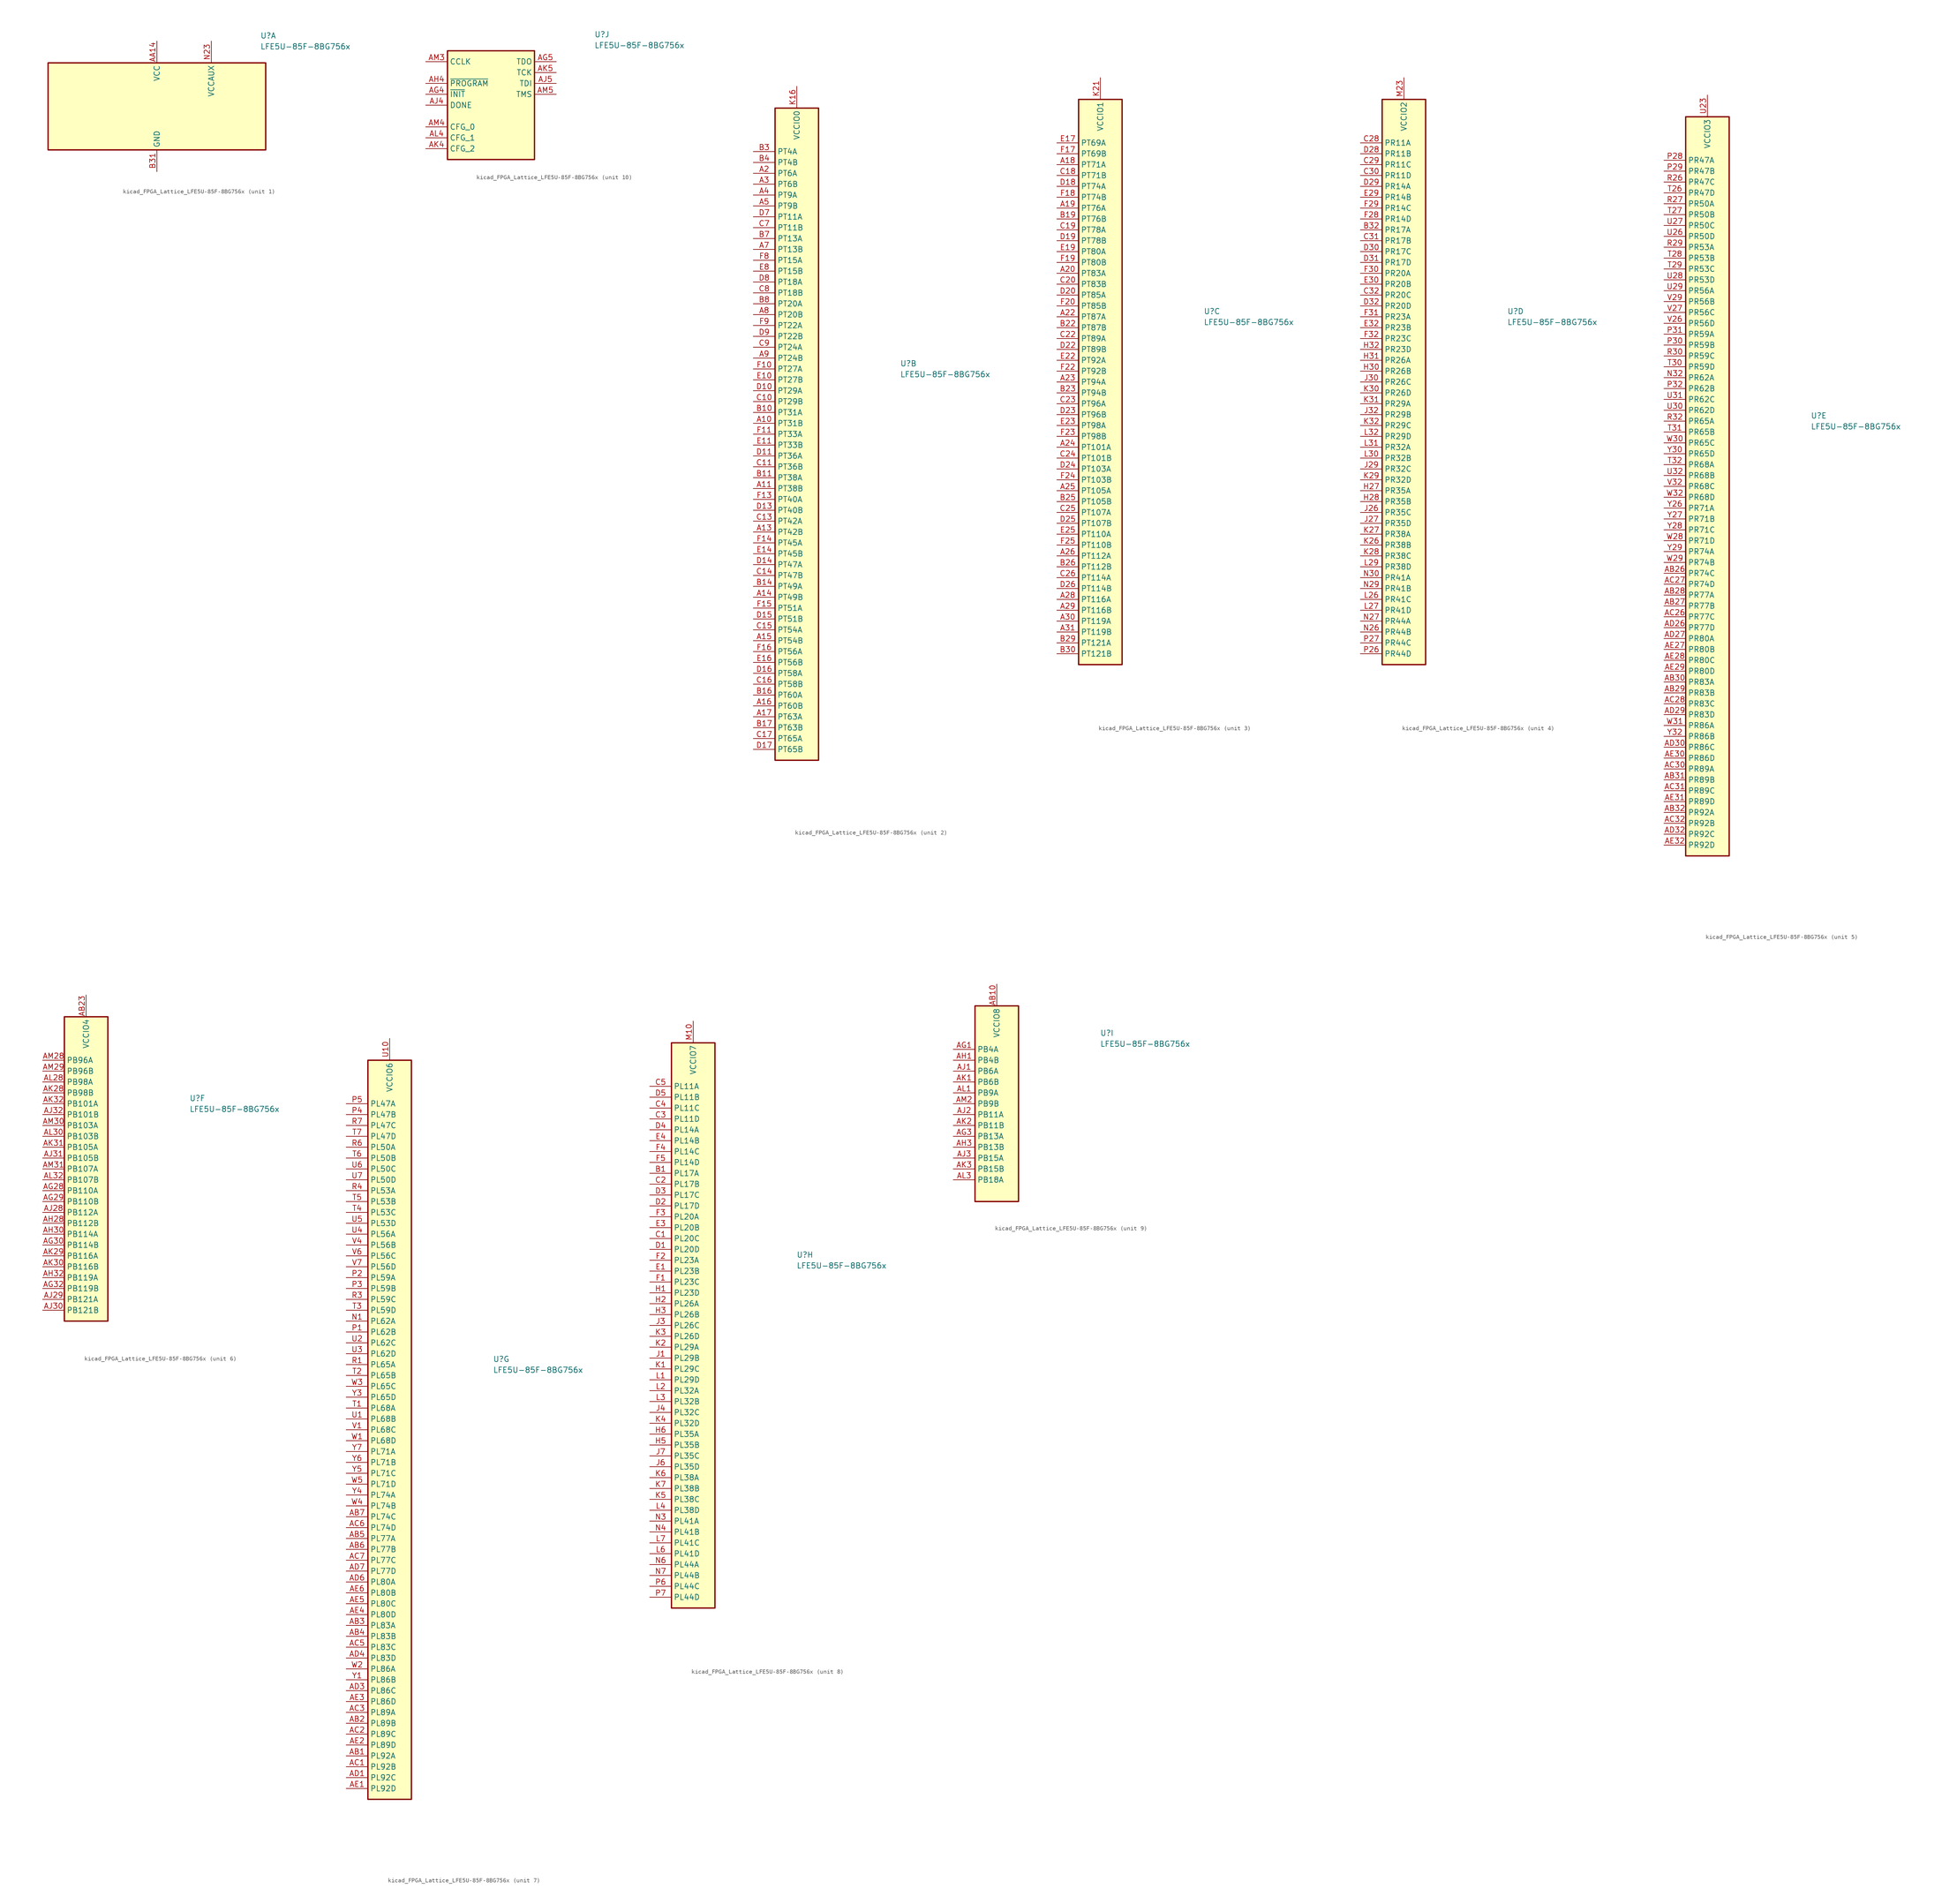
<source format=kicad_sym>
(kicad_symbol_lib
  (version 20220914)
  (generator kicad_symbol_editor)
  (symbol "kicad_FPGA_Lattice_LFE5U-85F-8BG756x"
    (property "Reference" "U"
      (at 24.13 16.51 0)
      (effects (font (size 1.27 1.27)) (justify left)))
    (property "Value" "LFE5U-85F-8BG756x"
      (at 24.13 13.97 0)
      (effects (font (size 1.27 1.27)) (justify left)))
    (property "ki_locked" ""
      (at 0 0 0)
      (effects (font (size 1.27 1.27))))
    (symbol "kicad_FPGA_Lattice_LFE5U-85F-8BG756x_1_1"
      (rectangle (start -25.4 10.16) (end 25.4 -10.16) (stroke (width 0.305) (type default)) (fill (type background)))
      (pin passive line (at 0 -15.24 90) (length 5.08) hide (name "GND" (effects (font (size 1.27 1.27)))) (number "AA11" (effects (font (size 1.27 1.27)))))
      (pin passive line (at 0 15.24 270) (length 5.08) hide (name "VCC" (effects (font (size 1.27 1.27)))) (number "AA12" (effects (font (size 1.27 1.27)))))
      (pin passive line (at 0 15.24 270) (length 5.08) hide (name "VCC" (effects (font (size 1.27 1.27)))) (number "AA13" (effects (font (size 1.27 1.27)))))
      (pin power_in line (at 0 15.24 270) (length 5.08) (name "VCC" (effects (font (size 1.27 1.27)))) (number "AA14" (effects (font (size 1.27 1.27)))))
      (pin passive line (at 0 15.24 270) (length 5.08) hide (name "VCC" (effects (font (size 1.27 1.27)))) (number "AA15" (effects (font (size 1.27 1.27)))))
      (pin passive line (at 0 15.24 270) (length 5.08) hide (name "VCC" (effects (font (size 1.27 1.27)))) (number "AA16" (effects (font (size 1.27 1.27)))))
      (pin passive line (at 0 15.24 270) (length 5.08) hide (name "VCC" (effects (font (size 1.27 1.27)))) (number "AA17" (effects (font (size 1.27 1.27)))))
      (pin passive line (at 0 15.24 270) (length 5.08) hide (name "VCC" (effects (font (size 1.27 1.27)))) (number "AA18" (effects (font (size 1.27 1.27)))))
      (pin passive line (at 0 15.24 270) (length 5.08) hide (name "VCC" (effects (font (size 1.27 1.27)))) (number "AA19" (effects (font (size 1.27 1.27)))))
      (pin passive line (at 0 15.24 270) (length 5.08) hide (name "VCC" (effects (font (size 1.27 1.27)))) (number "AA20" (effects (font (size 1.27 1.27)))))
      (pin passive line (at 0 15.24 270) (length 5.08) hide (name "VCC" (effects (font (size 1.27 1.27)))) (number "AA21" (effects (font (size 1.27 1.27)))))
      (pin passive line (at 0 -15.24 90) (length 5.08) hide (name "GND" (effects (font (size 1.27 1.27)))) (number "AA22" (effects (font (size 1.27 1.27)))))
      (pin passive line (at 0 -15.24 90) (length 5.08) hide (name "GND" (effects (font (size 1.27 1.27)))) (number "AB11" (effects (font (size 1.27 1.27)))))
      (pin passive line (at 0 -15.24 90) (length 5.08) hide (name "GND" (effects (font (size 1.27 1.27)))) (number "AB12" (effects (font (size 1.27 1.27)))))
      (pin passive line (at 0 -15.24 90) (length 5.08) hide (name "GND" (effects (font (size 1.27 1.27)))) (number "AB13" (effects (font (size 1.27 1.27)))))
      (pin passive line (at 0 -15.24 90) (length 5.08) hide (name "GND" (effects (font (size 1.27 1.27)))) (number "AB14" (effects (font (size 1.27 1.27)))))
      (pin passive line (at 0 -15.24 90) (length 5.08) hide (name "GND" (effects (font (size 1.27 1.27)))) (number "AB15" (effects (font (size 1.27 1.27)))))
      (pin passive line (at 0 -15.24 90) (length 5.08) hide (name "GND" (effects (font (size 1.27 1.27)))) (number "AB16" (effects (font (size 1.27 1.27)))))
      (pin passive line (at 0 -15.24 90) (length 5.08) hide (name "GND" (effects (font (size 1.27 1.27)))) (number "AB17" (effects (font (size 1.27 1.27)))))
      (pin passive line (at 0 -15.24 90) (length 5.08) hide (name "GND" (effects (font (size 1.27 1.27)))) (number "AB18" (effects (font (size 1.27 1.27)))))
      (pin passive line (at 0 -15.24 90) (length 5.08) hide (name "GND" (effects (font (size 1.27 1.27)))) (number "AB19" (effects (font (size 1.27 1.27)))))
      (pin passive line (at 0 -15.24 90) (length 5.08) hide (name "GND" (effects (font (size 1.27 1.27)))) (number "AB20" (effects (font (size 1.27 1.27)))))
      (pin passive line (at 0 -15.24 90) (length 5.08) hide (name "GND" (effects (font (size 1.27 1.27)))) (number "AB21" (effects (font (size 1.27 1.27)))))
      (pin passive line (at 0 -15.24 90) (length 5.08) hide (name "GND" (effects (font (size 1.27 1.27)))) (number "AB22" (effects (font (size 1.27 1.27)))))
      (pin passive line (at 12.7 15.24 270) (length 5.08) hide (name "VCCAUX" (effects (font (size 1.27 1.27)))) (number "AC11" (effects (font (size 1.27 1.27)))))
      (pin passive line (at 0 -15.24 90) (length 5.08) hide (name "GND" (effects (font (size 1.27 1.27)))) (number "AC12" (effects (font (size 1.27 1.27)))))
      (pin passive line (at 0 -15.24 90) (length 5.08) hide (name "GND" (effects (font (size 1.27 1.27)))) (number "AC13" (effects (font (size 1.27 1.27)))))
      (pin passive line (at 0 -15.24 90) (length 5.08) hide (name "GND" (effects (font (size 1.27 1.27)))) (number "AC14" (effects (font (size 1.27 1.27)))))
      (pin passive line (at 0 -15.24 90) (length 5.08) hide (name "GND" (effects (font (size 1.27 1.27)))) (number "AC15" (effects (font (size 1.27 1.27)))))
      (pin passive line (at 0 -15.24 90) (length 5.08) hide (name "GND" (effects (font (size 1.27 1.27)))) (number "AC16" (effects (font (size 1.27 1.27)))))
      (pin passive line (at 0 -15.24 90) (length 5.08) hide (name "GND" (effects (font (size 1.27 1.27)))) (number "AC17" (effects (font (size 1.27 1.27)))))
      (pin passive line (at 0 -15.24 90) (length 5.08) hide (name "GND" (effects (font (size 1.27 1.27)))) (number "AC18" (effects (font (size 1.27 1.27)))))
      (pin passive line (at 0 -15.24 90) (length 5.08) hide (name "GND" (effects (font (size 1.27 1.27)))) (number "AC19" (effects (font (size 1.27 1.27)))))
      (pin passive line (at 0 -15.24 90) (length 5.08) hide (name "GND" (effects (font (size 1.27 1.27)))) (number "AC20" (effects (font (size 1.27 1.27)))))
      (pin passive line (at 0 -15.24 90) (length 5.08) hide (name "GND" (effects (font (size 1.27 1.27)))) (number "AC21" (effects (font (size 1.27 1.27)))))
      (pin passive line (at 12.7 15.24 270) (length 5.08) hide (name "VCCAUX" (effects (font (size 1.27 1.27)))) (number "AC22" (effects (font (size 1.27 1.27)))))
      (pin no_connect line (at 5.08 -10.16 90) (length 5.08) hide (name "NC" (effects (font (size 1.27 1.27)))) (number "AC29" (effects (font (size 1.27 1.27)))))
      (pin passive line (at 0 -15.24 90) (length 5.08) hide (name "GND" (effects (font (size 1.27 1.27)))) (number "AD2" (effects (font (size 1.27 1.27)))))
      (pin passive line (at 0 -15.24 90) (length 5.08) hide (name "GND" (effects (font (size 1.27 1.27)))) (number "AD28" (effects (font (size 1.27 1.27)))))
      (pin passive line (at 0 -15.24 90) (length 5.08) hide (name "GND" (effects (font (size 1.27 1.27)))) (number "AD31" (effects (font (size 1.27 1.27)))))
      (pin passive line (at 0 -15.24 90) (length 5.08) hide (name "GND" (effects (font (size 1.27 1.27)))) (number "AD5" (effects (font (size 1.27 1.27)))))
      (pin no_connect line (at 22.86 -10.16 90) (length 5.08) hide (name "NC" (effects (font (size 1.27 1.27)))) (number "AE26" (effects (font (size 1.27 1.27)))))
      (pin no_connect line (at 22.86 10.16 270) (length 5.08) hide (name "NC" (effects (font (size 1.27 1.27)))) (number "AE7" (effects (font (size 1.27 1.27)))))
      (pin passive line (at 0 -15.24 90) (length 5.08) hide (name "GND" (effects (font (size 1.27 1.27)))) (number "AF11" (effects (font (size 1.27 1.27)))))
      (pin passive line (at 0 -15.24 90) (length 5.08) hide (name "GND" (effects (font (size 1.27 1.27)))) (number "AF12" (effects (font (size 1.27 1.27)))))
      (pin passive line (at 0 -15.24 90) (length 5.08) hide (name "GND" (effects (font (size 1.27 1.27)))) (number "AF14" (effects (font (size 1.27 1.27)))))
      (pin passive line (at 0 -15.24 90) (length 5.08) hide (name "GND" (effects (font (size 1.27 1.27)))) (number "AF15" (effects (font (size 1.27 1.27)))))
      (pin passive line (at 0 -15.24 90) (length 5.08) hide (name "GND" (effects (font (size 1.27 1.27)))) (number "AF16" (effects (font (size 1.27 1.27)))))
      (pin passive line (at 0 -15.24 90) (length 5.08) hide (name "GND" (effects (font (size 1.27 1.27)))) (number "AF17" (effects (font (size 1.27 1.27)))))
      (pin passive line (at 0 -15.24 90) (length 5.08) hide (name "GND" (effects (font (size 1.27 1.27)))) (number "AF19" (effects (font (size 1.27 1.27)))))
      (pin passive line (at 0 -15.24 90) (length 5.08) hide (name "GND" (effects (font (size 1.27 1.27)))) (number "AF20" (effects (font (size 1.27 1.27)))))
      (pin passive line (at 0 -15.24 90) (length 5.08) hide (name "GND" (effects (font (size 1.27 1.27)))) (number "AF22" (effects (font (size 1.27 1.27)))))
      (pin passive line (at 0 -15.24 90) (length 5.08) hide (name "GND" (effects (font (size 1.27 1.27)))) (number "AF23" (effects (font (size 1.27 1.27)))))
      (pin passive line (at 0 -15.24 90) (length 5.08) hide (name "GND" (effects (font (size 1.27 1.27)))) (number "AG11" (effects (font (size 1.27 1.27)))))
      (pin passive line (at 0 -15.24 90) (length 5.08) hide (name "GND" (effects (font (size 1.27 1.27)))) (number "AG12" (effects (font (size 1.27 1.27)))))
      (pin passive line (at 0 -15.24 90) (length 5.08) hide (name "GND" (effects (font (size 1.27 1.27)))) (number "AG14" (effects (font (size 1.27 1.27)))))
      (pin passive line (at 0 -15.24 90) (length 5.08) hide (name "GND" (effects (font (size 1.27 1.27)))) (number "AG15" (effects (font (size 1.27 1.27)))))
      (pin passive line (at 0 -15.24 90) (length 5.08) hide (name "GND" (effects (font (size 1.27 1.27)))) (number "AG16" (effects (font (size 1.27 1.27)))))
      (pin passive line (at 0 -15.24 90) (length 5.08) hide (name "GND" (effects (font (size 1.27 1.27)))) (number "AG17" (effects (font (size 1.27 1.27)))))
      (pin passive line (at 0 -15.24 90) (length 5.08) hide (name "GND" (effects (font (size 1.27 1.27)))) (number "AG19" (effects (font (size 1.27 1.27)))))
      (pin passive line (at 0 -15.24 90) (length 5.08) hide (name "GND" (effects (font (size 1.27 1.27)))) (number "AG20" (effects (font (size 1.27 1.27)))))
      (pin passive line (at 0 -15.24 90) (length 5.08) hide (name "GND" (effects (font (size 1.27 1.27)))) (number "AG22" (effects (font (size 1.27 1.27)))))
      (pin passive line (at 0 -15.24 90) (length 5.08) hide (name "GND" (effects (font (size 1.27 1.27)))) (number "AG23" (effects (font (size 1.27 1.27)))))
      (pin no_connect line (at -17.78 -10.16 90) (length 5.08) hide (name "NC" (effects (font (size 1.27 1.27)))) (number "AG24" (effects (font (size 1.27 1.27)))))
      (pin no_connect line (at 17.78 -10.16 90) (length 5.08) hide (name "NC" (effects (font (size 1.27 1.27)))) (number "AG31" (effects (font (size 1.27 1.27)))))
      (pin passive line (at 0 -15.24 90) (length 5.08) hide (name "GND" (effects (font (size 1.27 1.27)))) (number "AG9" (effects (font (size 1.27 1.27)))))
      (pin passive line (at 0 -15.24 90) (length 5.08) hide (name "GND" (effects (font (size 1.27 1.27)))) (number "AH11" (effects (font (size 1.27 1.27)))))
      (pin passive line (at 0 -15.24 90) (length 5.08) hide (name "GND" (effects (font (size 1.27 1.27)))) (number "AH12" (effects (font (size 1.27 1.27)))))
      (pin passive line (at 0 -15.24 90) (length 5.08) hide (name "GND" (effects (font (size 1.27 1.27)))) (number "AH14" (effects (font (size 1.27 1.27)))))
      (pin passive line (at 0 -15.24 90) (length 5.08) hide (name "GND" (effects (font (size 1.27 1.27)))) (number "AH15" (effects (font (size 1.27 1.27)))))
      (pin passive line (at 0 -15.24 90) (length 5.08) hide (name "GND" (effects (font (size 1.27 1.27)))) (number "AH16" (effects (font (size 1.27 1.27)))))
      (pin passive line (at 0 -15.24 90) (length 5.08) hide (name "GND" (effects (font (size 1.27 1.27)))) (number "AH17" (effects (font (size 1.27 1.27)))))
      (pin passive line (at 0 -15.24 90) (length 5.08) hide (name "GND" (effects (font (size 1.27 1.27)))) (number "AH19" (effects (font (size 1.27 1.27)))))
      (pin passive line (at 0 -15.24 90) (length 5.08) hide (name "GND" (effects (font (size 1.27 1.27)))) (number "AH2" (effects (font (size 1.27 1.27)))))
      (pin passive line (at 0 -15.24 90) (length 5.08) hide (name "GND" (effects (font (size 1.27 1.27)))) (number "AH20" (effects (font (size 1.27 1.27)))))
      (pin passive line (at 0 -15.24 90) (length 5.08) hide (name "GND" (effects (font (size 1.27 1.27)))) (number "AH22" (effects (font (size 1.27 1.27)))))
      (pin passive line (at 0 -15.24 90) (length 5.08) hide (name "GND" (effects (font (size 1.27 1.27)))) (number "AH23" (effects (font (size 1.27 1.27)))))
      (pin passive line (at 0 -15.24 90) (length 5.08) hide (name "GND" (effects (font (size 1.27 1.27)))) (number "AH24" (effects (font (size 1.27 1.27)))))
      (pin passive line (at 0 -15.24 90) (length 5.08) hide (name "GND" (effects (font (size 1.27 1.27)))) (number "AH25" (effects (font (size 1.27 1.27)))))
      (pin passive line (at 0 -15.24 90) (length 5.08) hide (name "GND" (effects (font (size 1.27 1.27)))) (number "AH26" (effects (font (size 1.27 1.27)))))
      (pin passive line (at 0 -15.24 90) (length 5.08) hide (name "GND" (effects (font (size 1.27 1.27)))) (number "AH29" (effects (font (size 1.27 1.27)))))
      (pin passive line (at 0 -15.24 90) (length 5.08) hide (name "GND" (effects (font (size 1.27 1.27)))) (number "AH31" (effects (font (size 1.27 1.27)))))
      (pin passive line (at 0 -15.24 90) (length 5.08) hide (name "GND" (effects (font (size 1.27 1.27)))) (number "AH5" (effects (font (size 1.27 1.27)))))
      (pin passive line (at 0 -15.24 90) (length 5.08) hide (name "GND" (effects (font (size 1.27 1.27)))) (number "AH7" (effects (font (size 1.27 1.27)))))
      (pin passive line (at 0 -15.24 90) (length 5.08) hide (name "GND" (effects (font (size 1.27 1.27)))) (number "AH8" (effects (font (size 1.27 1.27)))))
      (pin passive line (at 0 -15.24 90) (length 5.08) hide (name "GND" (effects (font (size 1.27 1.27)))) (number "AH9" (effects (font (size 1.27 1.27)))))
      (pin passive line (at 0 -15.24 90) (length 5.08) hide (name "GND" (effects (font (size 1.27 1.27)))) (number "AJ10" (effects (font (size 1.27 1.27)))))
      (pin passive line (at 0 -15.24 90) (length 5.08) hide (name "GND" (effects (font (size 1.27 1.27)))) (number "AJ11" (effects (font (size 1.27 1.27)))))
      (pin passive line (at 0 -15.24 90) (length 5.08) hide (name "GND" (effects (font (size 1.27 1.27)))) (number "AJ12" (effects (font (size 1.27 1.27)))))
      (pin passive line (at 0 -15.24 90) (length 5.08) hide (name "GND" (effects (font (size 1.27 1.27)))) (number "AJ13" (effects (font (size 1.27 1.27)))))
      (pin passive line (at 0 -15.24 90) (length 5.08) hide (name "GND" (effects (font (size 1.27 1.27)))) (number "AJ14" (effects (font (size 1.27 1.27)))))
      (pin passive line (at 0 -15.24 90) (length 5.08) hide (name "GND" (effects (font (size 1.27 1.27)))) (number "AJ15" (effects (font (size 1.27 1.27)))))
      (pin passive line (at 0 -15.24 90) (length 5.08) hide (name "GND" (effects (font (size 1.27 1.27)))) (number "AJ16" (effects (font (size 1.27 1.27)))))
      (pin passive line (at 0 -15.24 90) (length 5.08) hide (name "GND" (effects (font (size 1.27 1.27)))) (number "AJ17" (effects (font (size 1.27 1.27)))))
      (pin passive line (at 0 -15.24 90) (length 5.08) hide (name "GND" (effects (font (size 1.27 1.27)))) (number "AJ18" (effects (font (size 1.27 1.27)))))
      (pin passive line (at 0 -15.24 90) (length 5.08) hide (name "GND" (effects (font (size 1.27 1.27)))) (number "AJ19" (effects (font (size 1.27 1.27)))))
      (pin passive line (at 0 -15.24 90) (length 5.08) hide (name "GND" (effects (font (size 1.27 1.27)))) (number "AJ20" (effects (font (size 1.27 1.27)))))
      (pin passive line (at 0 -15.24 90) (length 5.08) hide (name "GND" (effects (font (size 1.27 1.27)))) (number "AJ21" (effects (font (size 1.27 1.27)))))
      (pin passive line (at 0 -15.24 90) (length 5.08) hide (name "GND" (effects (font (size 1.27 1.27)))) (number "AJ22" (effects (font (size 1.27 1.27)))))
      (pin passive line (at 0 -15.24 90) (length 5.08) hide (name "GND" (effects (font (size 1.27 1.27)))) (number "AJ23" (effects (font (size 1.27 1.27)))))
      (pin passive line (at 0 -15.24 90) (length 5.08) hide (name "GND" (effects (font (size 1.27 1.27)))) (number "AJ24" (effects (font (size 1.27 1.27)))))
      (pin passive line (at 0 -15.24 90) (length 5.08) hide (name "GND" (effects (font (size 1.27 1.27)))) (number "AJ25" (effects (font (size 1.27 1.27)))))
      (pin passive line (at 0 -15.24 90) (length 5.08) hide (name "GND" (effects (font (size 1.27 1.27)))) (number "AJ26" (effects (font (size 1.27 1.27)))))
      (pin passive line (at 0 -15.24 90) (length 5.08) hide (name "GND" (effects (font (size 1.27 1.27)))) (number "AJ7" (effects (font (size 1.27 1.27)))))
      (pin passive line (at 0 -15.24 90) (length 5.08) hide (name "GND" (effects (font (size 1.27 1.27)))) (number "AJ8" (effects (font (size 1.27 1.27)))))
      (pin passive line (at 0 -15.24 90) (length 5.08) hide (name "GND" (effects (font (size 1.27 1.27)))) (number "AJ9" (effects (font (size 1.27 1.27)))))
      (pin no_connect line (at -25.4 0 0) (length 5.08) hide (name "RESERVED" (effects (font (size 1.27 1.27)))) (number "AK10" (effects (font (size 1.27 1.27)))))
      (pin passive line (at 0 -15.24 90) (length 5.08) hide (name "GND" (effects (font (size 1.27 1.27)))) (number "AK11" (effects (font (size 1.27 1.27)))))
      (pin no_connect line (at -25.4 -2.54 0) (length 5.08) hide (name "RESERVED" (effects (font (size 1.27 1.27)))) (number "AK12" (effects (font (size 1.27 1.27)))))
      (pin no_connect line (at -25.4 -5.08 0) (length 5.08) hide (name "RESERVED" (effects (font (size 1.27 1.27)))) (number "AK13" (effects (font (size 1.27 1.27)))))
      (pin passive line (at 0 -15.24 90) (length 5.08) hide (name "GND" (effects (font (size 1.27 1.27)))) (number "AK14" (effects (font (size 1.27 1.27)))))
      (pin passive line (at 0 -15.24 90) (length 5.08) hide (name "GND" (effects (font (size 1.27 1.27)))) (number "AK17" (effects (font (size 1.27 1.27)))))
      (pin no_connect line (at 25.4 2.54 180) (length 5.08) hide (name "RESERVED" (effects (font (size 1.27 1.27)))) (number "AK18" (effects (font (size 1.27 1.27)))))
      (pin no_connect line (at 25.4 0 180) (length 5.08) hide (name "RESERVED" (effects (font (size 1.27 1.27)))) (number "AK19" (effects (font (size 1.27 1.27)))))
      (pin passive line (at 0 -15.24 90) (length 5.08) hide (name "GND" (effects (font (size 1.27 1.27)))) (number "AK20" (effects (font (size 1.27 1.27)))))
      (pin no_connect line (at 25.4 -2.54 180) (length 5.08) hide (name "RESERVED" (effects (font (size 1.27 1.27)))) (number "AK21" (effects (font (size 1.27 1.27)))))
      (pin no_connect line (at 25.4 -5.08 180) (length 5.08) hide (name "RESERVED" (effects (font (size 1.27 1.27)))) (number "AK22" (effects (font (size 1.27 1.27)))))
      (pin passive line (at 0 -15.24 90) (length 5.08) hide (name "GND" (effects (font (size 1.27 1.27)))) (number "AK23" (effects (font (size 1.27 1.27)))))
      (pin passive line (at 0 -15.24 90) (length 5.08) hide (name "GND" (effects (font (size 1.27 1.27)))) (number "AK26" (effects (font (size 1.27 1.27)))))
      (pin passive line (at 0 -15.24 90) (length 5.08) hide (name "GND" (effects (font (size 1.27 1.27)))) (number "AK7" (effects (font (size 1.27 1.27)))))
      (pin passive line (at 0 -15.24 90) (length 5.08) hide (name "GND" (effects (font (size 1.27 1.27)))) (number "AK8" (effects (font (size 1.27 1.27)))))
      (pin no_connect line (at -25.4 2.54 0) (length 5.08) hide (name "RESERVED" (effects (font (size 1.27 1.27)))) (number "AK9" (effects (font (size 1.27 1.27)))))
      (pin passive line (at 0 -15.24 90) (length 5.08) hide (name "GND" (effects (font (size 1.27 1.27)))) (number "AL11" (effects (font (size 1.27 1.27)))))
      (pin passive line (at 0 -15.24 90) (length 5.08) hide (name "GND" (effects (font (size 1.27 1.27)))) (number "AL12" (effects (font (size 1.27 1.27)))))
      (pin passive line (at 0 -15.24 90) (length 5.08) hide (name "GND" (effects (font (size 1.27 1.27)))) (number "AL14" (effects (font (size 1.27 1.27)))))
      (pin passive line (at 0 -15.24 90) (length 5.08) hide (name "GND" (effects (font (size 1.27 1.27)))) (number "AL15" (effects (font (size 1.27 1.27)))))
      (pin passive line (at 0 -15.24 90) (length 5.08) hide (name "GND" (effects (font (size 1.27 1.27)))) (number "AL17" (effects (font (size 1.27 1.27)))))
      (pin passive line (at 0 -15.24 90) (length 5.08) hide (name "GND" (effects (font (size 1.27 1.27)))) (number "AL18" (effects (font (size 1.27 1.27)))))
      (pin passive line (at 0 -15.24 90) (length 5.08) hide (name "GND" (effects (font (size 1.27 1.27)))) (number "AL2" (effects (font (size 1.27 1.27)))))
      (pin passive line (at 0 -15.24 90) (length 5.08) hide (name "GND" (effects (font (size 1.27 1.27)))) (number "AL20" (effects (font (size 1.27 1.27)))))
      (pin passive line (at 0 -15.24 90) (length 5.08) hide (name "GND" (effects (font (size 1.27 1.27)))) (number "AL21" (effects (font (size 1.27 1.27)))))
      (pin passive line (at 0 -15.24 90) (length 5.08) hide (name "GND" (effects (font (size 1.27 1.27)))) (number "AL23" (effects (font (size 1.27 1.27)))))
      (pin passive line (at 0 -15.24 90) (length 5.08) hide (name "GND" (effects (font (size 1.27 1.27)))) (number "AL24" (effects (font (size 1.27 1.27)))))
      (pin passive line (at 0 -15.24 90) (length 5.08) hide (name "GND" (effects (font (size 1.27 1.27)))) (number "AL26" (effects (font (size 1.27 1.27)))))
      (pin passive line (at 0 -15.24 90) (length 5.08) hide (name "GND" (effects (font (size 1.27 1.27)))) (number "AL29" (effects (font (size 1.27 1.27)))))
      (pin passive line (at 0 -15.24 90) (length 5.08) hide (name "GND" (effects (font (size 1.27 1.27)))) (number "AL31" (effects (font (size 1.27 1.27)))))
      (pin passive line (at 0 -15.24 90) (length 5.08) hide (name "GND" (effects (font (size 1.27 1.27)))) (number "AL5" (effects (font (size 1.27 1.27)))))
      (pin passive line (at 0 -15.24 90) (length 5.08) hide (name "GND" (effects (font (size 1.27 1.27)))) (number "AL7" (effects (font (size 1.27 1.27)))))
      (pin passive line (at 0 -15.24 90) (length 5.08) hide (name "GND" (effects (font (size 1.27 1.27)))) (number "AL8" (effects (font (size 1.27 1.27)))))
      (pin passive line (at 0 -15.24 90) (length 5.08) hide (name "GND" (effects (font (size 1.27 1.27)))) (number "AL9" (effects (font (size 1.27 1.27)))))
      (pin passive line (at 0 -15.24 90) (length 5.08) hide (name "GND" (effects (font (size 1.27 1.27)))) (number "AM11" (effects (font (size 1.27 1.27)))))
      (pin passive line (at 0 -15.24 90) (length 5.08) hide (name "GND" (effects (font (size 1.27 1.27)))) (number "AM12" (effects (font (size 1.27 1.27)))))
      (pin passive line (at 0 -15.24 90) (length 5.08) hide (name "GND" (effects (font (size 1.27 1.27)))) (number "AM14" (effects (font (size 1.27 1.27)))))
      (pin passive line (at 0 -15.24 90) (length 5.08) hide (name "GND" (effects (font (size 1.27 1.27)))) (number "AM15" (effects (font (size 1.27 1.27)))))
      (pin passive line (at 0 -15.24 90) (length 5.08) hide (name "GND" (effects (font (size 1.27 1.27)))) (number "AM17" (effects (font (size 1.27 1.27)))))
      (pin passive line (at 0 -15.24 90) (length 5.08) hide (name "GND" (effects (font (size 1.27 1.27)))) (number "AM18" (effects (font (size 1.27 1.27)))))
      (pin passive line (at 0 -15.24 90) (length 5.08) hide (name "GND" (effects (font (size 1.27 1.27)))) (number "AM20" (effects (font (size 1.27 1.27)))))
      (pin passive line (at 0 -15.24 90) (length 5.08) hide (name "GND" (effects (font (size 1.27 1.27)))) (number "AM21" (effects (font (size 1.27 1.27)))))
      (pin passive line (at 0 -15.24 90) (length 5.08) hide (name "GND" (effects (font (size 1.27 1.27)))) (number "AM23" (effects (font (size 1.27 1.27)))))
      (pin passive line (at 0 -15.24 90) (length 5.08) hide (name "GND" (effects (font (size 1.27 1.27)))) (number "AM24" (effects (font (size 1.27 1.27)))))
      (pin passive line (at 0 -15.24 90) (length 5.08) hide (name "GND" (effects (font (size 1.27 1.27)))) (number "AM26" (effects (font (size 1.27 1.27)))))
      (pin passive line (at 0 -15.24 90) (length 5.08) hide (name "GND" (effects (font (size 1.27 1.27)))) (number "AM7" (effects (font (size 1.27 1.27)))))
      (pin passive line (at 0 -15.24 90) (length 5.08) hide (name "GND" (effects (font (size 1.27 1.27)))) (number "AM8" (effects (font (size 1.27 1.27)))))
      (pin passive line (at 0 -15.24 90) (length 5.08) hide (name "GND" (effects (font (size 1.27 1.27)))) (number "AM9" (effects (font (size 1.27 1.27)))))
      (pin passive line (at 0 -15.24 90) (length 5.08) hide (name "GND" (effects (font (size 1.27 1.27)))) (number "B13" (effects (font (size 1.27 1.27)))))
      (pin passive line (at 0 -15.24 90) (length 5.08) hide (name "GND" (effects (font (size 1.27 1.27)))) (number "B15" (effects (font (size 1.27 1.27)))))
      (pin passive line (at 0 -15.24 90) (length 5.08) hide (name "GND" (effects (font (size 1.27 1.27)))) (number "B18" (effects (font (size 1.27 1.27)))))
      (pin passive line (at 0 -15.24 90) (length 5.08) hide (name "GND" (effects (font (size 1.27 1.27)))) (number "B2" (effects (font (size 1.27 1.27)))))
      (pin passive line (at 0 -15.24 90) (length 5.08) hide (name "GND" (effects (font (size 1.27 1.27)))) (number "B20" (effects (font (size 1.27 1.27)))))
      (pin passive line (at 0 -15.24 90) (length 5.08) hide (name "GND" (effects (font (size 1.27 1.27)))) (number "B24" (effects (font (size 1.27 1.27)))))
      (pin passive line (at 0 -15.24 90) (length 5.08) hide (name "GND" (effects (font (size 1.27 1.27)))) (number "B28" (effects (font (size 1.27 1.27)))))
      (pin power_in line (at 0 -15.24 90) (length 5.08) (name "GND" (effects (font (size 1.27 1.27)))) (number "B31" (effects (font (size 1.27 1.27)))))
      (pin passive line (at 0 -15.24 90) (length 5.08) hide (name "GND" (effects (font (size 1.27 1.27)))) (number "B5" (effects (font (size 1.27 1.27)))))
      (pin passive line (at 0 -15.24 90) (length 5.08) hide (name "GND" (effects (font (size 1.27 1.27)))) (number "B9" (effects (font (size 1.27 1.27)))))
      (pin passive line (at 0 -15.24 90) (length 5.08) hide (name "GND" (effects (font (size 1.27 1.27)))) (number "E13" (effects (font (size 1.27 1.27)))))
      (pin passive line (at 0 -15.24 90) (length 5.08) hide (name "GND" (effects (font (size 1.27 1.27)))) (number "E15" (effects (font (size 1.27 1.27)))))
      (pin passive line (at 0 -15.24 90) (length 5.08) hide (name "GND" (effects (font (size 1.27 1.27)))) (number "E18" (effects (font (size 1.27 1.27)))))
      (pin passive line (at 0 -15.24 90) (length 5.08) hide (name "GND" (effects (font (size 1.27 1.27)))) (number "E2" (effects (font (size 1.27 1.27)))))
      (pin passive line (at 0 -15.24 90) (length 5.08) hide (name "GND" (effects (font (size 1.27 1.27)))) (number "E20" (effects (font (size 1.27 1.27)))))
      (pin passive line (at 0 -15.24 90) (length 5.08) hide (name "GND" (effects (font (size 1.27 1.27)))) (number "E24" (effects (font (size 1.27 1.27)))))
      (pin no_connect line (at 15.24 10.16 270) (length 5.08) hide (name "NC" (effects (font (size 1.27 1.27)))) (number "E26" (effects (font (size 1.27 1.27)))))
      (pin passive line (at 0 -15.24 90) (length 5.08) hide (name "GND" (effects (font (size 1.27 1.27)))) (number "E28" (effects (font (size 1.27 1.27)))))
      (pin passive line (at 0 -15.24 90) (length 5.08) hide (name "GND" (effects (font (size 1.27 1.27)))) (number "E31" (effects (font (size 1.27 1.27)))))
      (pin passive line (at 0 -15.24 90) (length 5.08) hide (name "GND" (effects (font (size 1.27 1.27)))) (number "E5" (effects (font (size 1.27 1.27)))))
      (pin no_connect line (at 2.54 10.16 270) (length 5.08) hide (name "NC" (effects (font (size 1.27 1.27)))) (number "E7" (effects (font (size 1.27 1.27)))))
      (pin passive line (at 0 -15.24 90) (length 5.08) hide (name "GND" (effects (font (size 1.27 1.27)))) (number "E9" (effects (font (size 1.27 1.27)))))
      (pin no_connect line (at 20.32 -10.16 90) (length 5.08) hide (name "NC" (effects (font (size 1.27 1.27)))) (number "G10" (effects (font (size 1.27 1.27)))))
      (pin no_connect line (at 2.54 -10.16 90) (length 5.08) hide (name "NC" (effects (font (size 1.27 1.27)))) (number "G11" (effects (font (size 1.27 1.27)))))
      (pin no_connect line (at -20.32 -10.16 90) (length 5.08) hide (name "NC" (effects (font (size 1.27 1.27)))) (number "G14" (effects (font (size 1.27 1.27)))))
      (pin no_connect line (at -22.86 -10.16 90) (length 5.08) hide (name "NC" (effects (font (size 1.27 1.27)))) (number "G15" (effects (font (size 1.27 1.27)))))
      (pin no_connect line (at -2.54 -10.16 90) (length 5.08) hide (name "NC" (effects (font (size 1.27 1.27)))) (number "G16" (effects (font (size 1.27 1.27)))))
      (pin no_connect line (at -5.08 -10.16 90) (length 5.08) hide (name "NC" (effects (font (size 1.27 1.27)))) (number "G17" (effects (font (size 1.27 1.27)))))
      (pin no_connect line (at -7.62 -10.16 90) (length 5.08) hide (name "NC" (effects (font (size 1.27 1.27)))) (number "G18" (effects (font (size 1.27 1.27)))))
      (pin no_connect line (at -10.16 -10.16 90) (length 5.08) hide (name "NC" (effects (font (size 1.27 1.27)))) (number "G19" (effects (font (size 1.27 1.27)))))
      (pin no_connect line (at -12.7 -10.16 90) (length 5.08) hide (name "NC" (effects (font (size 1.27 1.27)))) (number "G22" (effects (font (size 1.27 1.27)))))
      (pin no_connect line (at -15.24 -10.16 90) (length 5.08) hide (name "NC" (effects (font (size 1.27 1.27)))) (number "G23" (effects (font (size 1.27 1.27)))))
      (pin no_connect line (at 10.16 10.16 270) (length 5.08) hide (name "NC" (effects (font (size 1.27 1.27)))) (number "G24" (effects (font (size 1.27 1.27)))))
      (pin no_connect line (at -2.54 10.16 270) (length 5.08) hide (name "NC" (effects (font (size 1.27 1.27)))) (number "G9" (effects (font (size 1.27 1.27)))))
      (pin no_connect line (at 12.7 -10.16 90) (length 5.08) hide (name "NC" (effects (font (size 1.27 1.27)))) (number "H29" (effects (font (size 1.27 1.27)))))
      (pin passive line (at 0 -15.24 90) (length 5.08) hide (name "GND" (effects (font (size 1.27 1.27)))) (number "J2" (effects (font (size 1.27 1.27)))))
      (pin passive line (at 0 -15.24 90) (length 5.08) hide (name "GND" (effects (font (size 1.27 1.27)))) (number "J28" (effects (font (size 1.27 1.27)))))
      (pin passive line (at 0 -15.24 90) (length 5.08) hide (name "GND" (effects (font (size 1.27 1.27)))) (number "J31" (effects (font (size 1.27 1.27)))))
      (pin passive line (at 0 -15.24 90) (length 5.08) hide (name "GND" (effects (font (size 1.27 1.27)))) (number "J5" (effects (font (size 1.27 1.27)))))
      (pin passive line (at 0 -15.24 90) (length 5.08) hide (name "GND" (effects (font (size 1.27 1.27)))) (number "K10" (effects (font (size 1.27 1.27)))))
      (pin passive line (at 0 -15.24 90) (length 5.08) hide (name "GND" (effects (font (size 1.27 1.27)))) (number "K11" (effects (font (size 1.27 1.27)))))
      (pin passive line (at 12.7 15.24 270) (length 5.08) hide (name "VCCAUX" (effects (font (size 1.27 1.27)))) (number "K13" (effects (font (size 1.27 1.27)))))
      (pin passive line (at 12.7 15.24 270) (length 5.08) hide (name "VCCAUX" (effects (font (size 1.27 1.27)))) (number "K20" (effects (font (size 1.27 1.27)))))
      (pin passive line (at 0 -15.24 90) (length 5.08) hide (name "GND" (effects (font (size 1.27 1.27)))) (number "K22" (effects (font (size 1.27 1.27)))))
      (pin passive line (at 0 -15.24 90) (length 5.08) hide (name "GND" (effects (font (size 1.27 1.27)))) (number "K23" (effects (font (size 1.27 1.27)))))
      (pin passive line (at 0 -15.24 90) (length 5.08) hide (name "GND" (effects (font (size 1.27 1.27)))) (number "L10" (effects (font (size 1.27 1.27)))))
      (pin passive line (at 0 -15.24 90) (length 5.08) hide (name "GND" (effects (font (size 1.27 1.27)))) (number "L11" (effects (font (size 1.27 1.27)))))
      (pin passive line (at 0 -15.24 90) (length 5.08) hide (name "GND" (effects (font (size 1.27 1.27)))) (number "L12" (effects (font (size 1.27 1.27)))))
      (pin passive line (at 0 -15.24 90) (length 5.08) hide (name "GND" (effects (font (size 1.27 1.27)))) (number "L13" (effects (font (size 1.27 1.27)))))
      (pin passive line (at 0 -15.24 90) (length 5.08) hide (name "GND" (effects (font (size 1.27 1.27)))) (number "L14" (effects (font (size 1.27 1.27)))))
      (pin passive line (at 0 -15.24 90) (length 5.08) hide (name "GND" (effects (font (size 1.27 1.27)))) (number "L15" (effects (font (size 1.27 1.27)))))
      (pin passive line (at 0 -15.24 90) (length 5.08) hide (name "GND" (effects (font (size 1.27 1.27)))) (number "L16" (effects (font (size 1.27 1.27)))))
      (pin passive line (at 0 -15.24 90) (length 5.08) hide (name "GND" (effects (font (size 1.27 1.27)))) (number "L17" (effects (font (size 1.27 1.27)))))
      (pin passive line (at 0 -15.24 90) (length 5.08) hide (name "GND" (effects (font (size 1.27 1.27)))) (number "L18" (effects (font (size 1.27 1.27)))))
      (pin passive line (at 0 -15.24 90) (length 5.08) hide (name "GND" (effects (font (size 1.27 1.27)))) (number "L19" (effects (font (size 1.27 1.27)))))
      (pin passive line (at 0 -15.24 90) (length 5.08) hide (name "GND" (effects (font (size 1.27 1.27)))) (number "L20" (effects (font (size 1.27 1.27)))))
      (pin passive line (at 0 -15.24 90) (length 5.08) hide (name "GND" (effects (font (size 1.27 1.27)))) (number "L21" (effects (font (size 1.27 1.27)))))
      (pin passive line (at 0 -15.24 90) (length 5.08) hide (name "GND" (effects (font (size 1.27 1.27)))) (number "L22" (effects (font (size 1.27 1.27)))))
      (pin passive line (at 0 -15.24 90) (length 5.08) hide (name "GND" (effects (font (size 1.27 1.27)))) (number "L23" (effects (font (size 1.27 1.27)))))
      (pin no_connect line (at 7.62 -10.16 90) (length 5.08) hide (name "NC" (effects (font (size 1.27 1.27)))) (number "L28" (effects (font (size 1.27 1.27)))))
      (pin passive line (at 0 -15.24 90) (length 5.08) hide (name "GND" (effects (font (size 1.27 1.27)))) (number "M11" (effects (font (size 1.27 1.27)))))
      (pin passive line (at 0 15.24 270) (length 5.08) hide (name "VCC" (effects (font (size 1.27 1.27)))) (number "M12" (effects (font (size 1.27 1.27)))))
      (pin passive line (at 0 15.24 270) (length 5.08) hide (name "VCC" (effects (font (size 1.27 1.27)))) (number "M13" (effects (font (size 1.27 1.27)))))
      (pin passive line (at 0 15.24 270) (length 5.08) hide (name "VCC" (effects (font (size 1.27 1.27)))) (number "M14" (effects (font (size 1.27 1.27)))))
      (pin passive line (at 0 15.24 270) (length 5.08) hide (name "VCC" (effects (font (size 1.27 1.27)))) (number "M15" (effects (font (size 1.27 1.27)))))
      (pin passive line (at 0 15.24 270) (length 5.08) hide (name "VCC" (effects (font (size 1.27 1.27)))) (number "M16" (effects (font (size 1.27 1.27)))))
      (pin passive line (at 0 15.24 270) (length 5.08) hide (name "VCC" (effects (font (size 1.27 1.27)))) (number "M17" (effects (font (size 1.27 1.27)))))
      (pin passive line (at 0 15.24 270) (length 5.08) hide (name "VCC" (effects (font (size 1.27 1.27)))) (number "M18" (effects (font (size 1.27 1.27)))))
      (pin passive line (at 0 15.24 270) (length 5.08) hide (name "VCC" (effects (font (size 1.27 1.27)))) (number "M19" (effects (font (size 1.27 1.27)))))
      (pin passive line (at 0 15.24 270) (length 5.08) hide (name "VCC" (effects (font (size 1.27 1.27)))) (number "M20" (effects (font (size 1.27 1.27)))))
      (pin passive line (at 0 15.24 270) (length 5.08) hide (name "VCC" (effects (font (size 1.27 1.27)))) (number "M21" (effects (font (size 1.27 1.27)))))
      (pin passive line (at 0 -15.24 90) (length 5.08) hide (name "GND" (effects (font (size 1.27 1.27)))) (number "M22" (effects (font (size 1.27 1.27)))))
      (pin passive line (at 12.7 15.24 270) (length 5.08) hide (name "VCCAUX" (effects (font (size 1.27 1.27)))) (number "N10" (effects (font (size 1.27 1.27)))))
      (pin passive line (at 0 -15.24 90) (length 5.08) hide (name "GND" (effects (font (size 1.27 1.27)))) (number "N11" (effects (font (size 1.27 1.27)))))
      (pin passive line (at 0 15.24 270) (length 5.08) hide (name "VCC" (effects (font (size 1.27 1.27)))) (number "N12" (effects (font (size 1.27 1.27)))))
      (pin passive line (at 0 -15.24 90) (length 5.08) hide (name "GND" (effects (font (size 1.27 1.27)))) (number "N13" (effects (font (size 1.27 1.27)))))
      (pin passive line (at 0 -15.24 90) (length 5.08) hide (name "GND" (effects (font (size 1.27 1.27)))) (number "N14" (effects (font (size 1.27 1.27)))))
      (pin passive line (at 0 -15.24 90) (length 5.08) hide (name "GND" (effects (font (size 1.27 1.27)))) (number "N15" (effects (font (size 1.27 1.27)))))
      (pin passive line (at 0 -15.24 90) (length 5.08) hide (name "GND" (effects (font (size 1.27 1.27)))) (number "N16" (effects (font (size 1.27 1.27)))))
      (pin passive line (at 0 -15.24 90) (length 5.08) hide (name "GND" (effects (font (size 1.27 1.27)))) (number "N17" (effects (font (size 1.27 1.27)))))
      (pin passive line (at 0 -15.24 90) (length 5.08) hide (name "GND" (effects (font (size 1.27 1.27)))) (number "N18" (effects (font (size 1.27 1.27)))))
      (pin passive line (at 0 -15.24 90) (length 5.08) hide (name "GND" (effects (font (size 1.27 1.27)))) (number "N19" (effects (font (size 1.27 1.27)))))
      (pin passive line (at 0 -15.24 90) (length 5.08) hide (name "GND" (effects (font (size 1.27 1.27)))) (number "N2" (effects (font (size 1.27 1.27)))))
      (pin passive line (at 0 -15.24 90) (length 5.08) hide (name "GND" (effects (font (size 1.27 1.27)))) (number "N20" (effects (font (size 1.27 1.27)))))
      (pin passive line (at 0 15.24 270) (length 5.08) hide (name "VCC" (effects (font (size 1.27 1.27)))) (number "N21" (effects (font (size 1.27 1.27)))))
      (pin passive line (at 0 -15.24 90) (length 5.08) hide (name "GND" (effects (font (size 1.27 1.27)))) (number "N22" (effects (font (size 1.27 1.27)))))
      (pin power_in line (at 12.7 15.24 270) (length 5.08) (name "VCCAUX" (effects (font (size 1.27 1.27)))) (number "N23" (effects (font (size 1.27 1.27)))))
      (pin passive line (at 0 -15.24 90) (length 5.08) hide (name "GND" (effects (font (size 1.27 1.27)))) (number "N28" (effects (font (size 1.27 1.27)))))
      (pin passive line (at 0 -15.24 90) (length 5.08) hide (name "GND" (effects (font (size 1.27 1.27)))) (number "N31" (effects (font (size 1.27 1.27)))))
      (pin passive line (at 0 -15.24 90) (length 5.08) hide (name "GND" (effects (font (size 1.27 1.27)))) (number "N5" (effects (font (size 1.27 1.27)))))
      (pin passive line (at 0 -15.24 90) (length 5.08) hide (name "GND" (effects (font (size 1.27 1.27)))) (number "P11" (effects (font (size 1.27 1.27)))))
      (pin passive line (at 0 15.24 270) (length 5.08) hide (name "VCC" (effects (font (size 1.27 1.27)))) (number "P12" (effects (font (size 1.27 1.27)))))
      (pin passive line (at 0 -15.24 90) (length 5.08) hide (name "GND" (effects (font (size 1.27 1.27)))) (number "P13" (effects (font (size 1.27 1.27)))))
      (pin passive line (at 0 -15.24 90) (length 5.08) hide (name "GND" (effects (font (size 1.27 1.27)))) (number "P14" (effects (font (size 1.27 1.27)))))
      (pin passive line (at 0 -15.24 90) (length 5.08) hide (name "GND" (effects (font (size 1.27 1.27)))) (number "P15" (effects (font (size 1.27 1.27)))))
      (pin passive line (at 0 -15.24 90) (length 5.08) hide (name "GND" (effects (font (size 1.27 1.27)))) (number "P16" (effects (font (size 1.27 1.27)))))
      (pin passive line (at 0 -15.24 90) (length 5.08) hide (name "GND" (effects (font (size 1.27 1.27)))) (number "P17" (effects (font (size 1.27 1.27)))))
      (pin passive line (at 0 -15.24 90) (length 5.08) hide (name "GND" (effects (font (size 1.27 1.27)))) (number "P18" (effects (font (size 1.27 1.27)))))
      (pin passive line (at 0 -15.24 90) (length 5.08) hide (name "GND" (effects (font (size 1.27 1.27)))) (number "P19" (effects (font (size 1.27 1.27)))))
      (pin passive line (at 0 -15.24 90) (length 5.08) hide (name "GND" (effects (font (size 1.27 1.27)))) (number "P20" (effects (font (size 1.27 1.27)))))
      (pin passive line (at 0 15.24 270) (length 5.08) hide (name "VCC" (effects (font (size 1.27 1.27)))) (number "P21" (effects (font (size 1.27 1.27)))))
      (pin passive line (at 0 -15.24 90) (length 5.08) hide (name "GND" (effects (font (size 1.27 1.27)))) (number "P22" (effects (font (size 1.27 1.27)))))
      (pin passive line (at 0 -15.24 90) (length 5.08) hide (name "GND" (effects (font (size 1.27 1.27)))) (number "R11" (effects (font (size 1.27 1.27)))))
      (pin passive line (at 0 15.24 270) (length 5.08) hide (name "VCC" (effects (font (size 1.27 1.27)))) (number "R12" (effects (font (size 1.27 1.27)))))
      (pin passive line (at 0 -15.24 90) (length 5.08) hide (name "GND" (effects (font (size 1.27 1.27)))) (number "R13" (effects (font (size 1.27 1.27)))))
      (pin passive line (at 0 -15.24 90) (length 5.08) hide (name "GND" (effects (font (size 1.27 1.27)))) (number "R14" (effects (font (size 1.27 1.27)))))
      (pin passive line (at 0 -15.24 90) (length 5.08) hide (name "GND" (effects (font (size 1.27 1.27)))) (number "R15" (effects (font (size 1.27 1.27)))))
      (pin passive line (at 0 -15.24 90) (length 5.08) hide (name "GND" (effects (font (size 1.27 1.27)))) (number "R16" (effects (font (size 1.27 1.27)))))
      (pin passive line (at 0 -15.24 90) (length 5.08) hide (name "GND" (effects (font (size 1.27 1.27)))) (number "R17" (effects (font (size 1.27 1.27)))))
      (pin passive line (at 0 -15.24 90) (length 5.08) hide (name "GND" (effects (font (size 1.27 1.27)))) (number "R18" (effects (font (size 1.27 1.27)))))
      (pin passive line (at 0 -15.24 90) (length 5.08) hide (name "GND" (effects (font (size 1.27 1.27)))) (number "R19" (effects (font (size 1.27 1.27)))))
      (pin passive line (at 0 -15.24 90) (length 5.08) hide (name "GND" (effects (font (size 1.27 1.27)))) (number "R2" (effects (font (size 1.27 1.27)))))
      (pin passive line (at 0 -15.24 90) (length 5.08) hide (name "GND" (effects (font (size 1.27 1.27)))) (number "R20" (effects (font (size 1.27 1.27)))))
      (pin passive line (at 0 15.24 270) (length 5.08) hide (name "VCC" (effects (font (size 1.27 1.27)))) (number "R21" (effects (font (size 1.27 1.27)))))
      (pin passive line (at 0 -15.24 90) (length 5.08) hide (name "GND" (effects (font (size 1.27 1.27)))) (number "R22" (effects (font (size 1.27 1.27)))))
      (pin passive line (at 0 -15.24 90) (length 5.08) hide (name "GND" (effects (font (size 1.27 1.27)))) (number "R28" (effects (font (size 1.27 1.27)))))
      (pin passive line (at 0 -15.24 90) (length 5.08) hide (name "GND" (effects (font (size 1.27 1.27)))) (number "R31" (effects (font (size 1.27 1.27)))))
      (pin passive line (at 0 -15.24 90) (length 5.08) hide (name "GND" (effects (font (size 1.27 1.27)))) (number "R5" (effects (font (size 1.27 1.27)))))
      (pin passive line (at 0 -15.24 90) (length 5.08) hide (name "GND" (effects (font (size 1.27 1.27)))) (number "T11" (effects (font (size 1.27 1.27)))))
      (pin passive line (at 0 15.24 270) (length 5.08) hide (name "VCC" (effects (font (size 1.27 1.27)))) (number "T12" (effects (font (size 1.27 1.27)))))
      (pin passive line (at 0 -15.24 90) (length 5.08) hide (name "GND" (effects (font (size 1.27 1.27)))) (number "T13" (effects (font (size 1.27 1.27)))))
      (pin passive line (at 0 -15.24 90) (length 5.08) hide (name "GND" (effects (font (size 1.27 1.27)))) (number "T14" (effects (font (size 1.27 1.27)))))
      (pin passive line (at 0 -15.24 90) (length 5.08) hide (name "GND" (effects (font (size 1.27 1.27)))) (number "T15" (effects (font (size 1.27 1.27)))))
      (pin passive line (at 0 -15.24 90) (length 5.08) hide (name "GND" (effects (font (size 1.27 1.27)))) (number "T16" (effects (font (size 1.27 1.27)))))
      (pin passive line (at 0 -15.24 90) (length 5.08) hide (name "GND" (effects (font (size 1.27 1.27)))) (number "T17" (effects (font (size 1.27 1.27)))))
      (pin passive line (at 0 -15.24 90) (length 5.08) hide (name "GND" (effects (font (size 1.27 1.27)))) (number "T18" (effects (font (size 1.27 1.27)))))
      (pin passive line (at 0 -15.24 90) (length 5.08) hide (name "GND" (effects (font (size 1.27 1.27)))) (number "T19" (effects (font (size 1.27 1.27)))))
      (pin passive line (at 0 -15.24 90) (length 5.08) hide (name "GND" (effects (font (size 1.27 1.27)))) (number "T20" (effects (font (size 1.27 1.27)))))
      (pin passive line (at 0 15.24 270) (length 5.08) hide (name "VCC" (effects (font (size 1.27 1.27)))) (number "T21" (effects (font (size 1.27 1.27)))))
      (pin passive line (at 0 -15.24 90) (length 5.08) hide (name "GND" (effects (font (size 1.27 1.27)))) (number "T22" (effects (font (size 1.27 1.27)))))
      (pin passive line (at 0 -15.24 90) (length 5.08) hide (name "GND" (effects (font (size 1.27 1.27)))) (number "U11" (effects (font (size 1.27 1.27)))))
      (pin passive line (at 0 15.24 270) (length 5.08) hide (name "VCC" (effects (font (size 1.27 1.27)))) (number "U12" (effects (font (size 1.27 1.27)))))
      (pin passive line (at 0 -15.24 90) (length 5.08) hide (name "GND" (effects (font (size 1.27 1.27)))) (number "U13" (effects (font (size 1.27 1.27)))))
      (pin passive line (at 0 -15.24 90) (length 5.08) hide (name "GND" (effects (font (size 1.27 1.27)))) (number "U14" (effects (font (size 1.27 1.27)))))
      (pin passive line (at 0 -15.24 90) (length 5.08) hide (name "GND" (effects (font (size 1.27 1.27)))) (number "U15" (effects (font (size 1.27 1.27)))))
      (pin passive line (at 0 -15.24 90) (length 5.08) hide (name "GND" (effects (font (size 1.27 1.27)))) (number "U16" (effects (font (size 1.27 1.27)))))
      (pin passive line (at 0 -15.24 90) (length 5.08) hide (name "GND" (effects (font (size 1.27 1.27)))) (number "U17" (effects (font (size 1.27 1.27)))))
      (pin passive line (at 0 -15.24 90) (length 5.08) hide (name "GND" (effects (font (size 1.27 1.27)))) (number "U18" (effects (font (size 1.27 1.27)))))
      (pin passive line (at 0 -15.24 90) (length 5.08) hide (name "GND" (effects (font (size 1.27 1.27)))) (number "U19" (effects (font (size 1.27 1.27)))))
      (pin passive line (at 0 -15.24 90) (length 5.08) hide (name "GND" (effects (font (size 1.27 1.27)))) (number "U20" (effects (font (size 1.27 1.27)))))
      (pin passive line (at 0 15.24 270) (length 5.08) hide (name "VCC" (effects (font (size 1.27 1.27)))) (number "U21" (effects (font (size 1.27 1.27)))))
      (pin passive line (at 0 -15.24 90) (length 5.08) hide (name "GND" (effects (font (size 1.27 1.27)))) (number "U22" (effects (font (size 1.27 1.27)))))
      (pin passive line (at 0 -15.24 90) (length 5.08) hide (name "GND" (effects (font (size 1.27 1.27)))) (number "V11" (effects (font (size 1.27 1.27)))))
      (pin passive line (at 0 15.24 270) (length 5.08) hide (name "VCC" (effects (font (size 1.27 1.27)))) (number "V12" (effects (font (size 1.27 1.27)))))
      (pin passive line (at 0 -15.24 90) (length 5.08) hide (name "GND" (effects (font (size 1.27 1.27)))) (number "V13" (effects (font (size 1.27 1.27)))))
      (pin passive line (at 0 -15.24 90) (length 5.08) hide (name "GND" (effects (font (size 1.27 1.27)))) (number "V14" (effects (font (size 1.27 1.27)))))
      (pin passive line (at 0 -15.24 90) (length 5.08) hide (name "GND" (effects (font (size 1.27 1.27)))) (number "V15" (effects (font (size 1.27 1.27)))))
      (pin passive line (at 0 -15.24 90) (length 5.08) hide (name "GND" (effects (font (size 1.27 1.27)))) (number "V16" (effects (font (size 1.27 1.27)))))
      (pin passive line (at 0 -15.24 90) (length 5.08) hide (name "GND" (effects (font (size 1.27 1.27)))) (number "V17" (effects (font (size 1.27 1.27)))))
      (pin passive line (at 0 -15.24 90) (length 5.08) hide (name "GND" (effects (font (size 1.27 1.27)))) (number "V18" (effects (font (size 1.27 1.27)))))
      (pin passive line (at 0 -15.24 90) (length 5.08) hide (name "GND" (effects (font (size 1.27 1.27)))) (number "V19" (effects (font (size 1.27 1.27)))))
      (pin passive line (at 0 -15.24 90) (length 5.08) hide (name "GND" (effects (font (size 1.27 1.27)))) (number "V2" (effects (font (size 1.27 1.27)))))
      (pin passive line (at 0 -15.24 90) (length 5.08) hide (name "GND" (effects (font (size 1.27 1.27)))) (number "V20" (effects (font (size 1.27 1.27)))))
      (pin passive line (at 0 15.24 270) (length 5.08) hide (name "VCC" (effects (font (size 1.27 1.27)))) (number "V21" (effects (font (size 1.27 1.27)))))
      (pin passive line (at 0 -15.24 90) (length 5.08) hide (name "GND" (effects (font (size 1.27 1.27)))) (number "V22" (effects (font (size 1.27 1.27)))))
      (pin passive line (at 0 -15.24 90) (length 5.08) hide (name "GND" (effects (font (size 1.27 1.27)))) (number "V28" (effects (font (size 1.27 1.27)))))
      (pin no_connect line (at 15.24 -10.16 90) (length 5.08) hide (name "NC" (effects (font (size 1.27 1.27)))) (number "V30" (effects (font (size 1.27 1.27)))))
      (pin passive line (at 0 -15.24 90) (length 5.08) hide (name "GND" (effects (font (size 1.27 1.27)))) (number "V31" (effects (font (size 1.27 1.27)))))
      (pin passive line (at 0 -15.24 90) (length 5.08) hide (name "GND" (effects (font (size 1.27 1.27)))) (number "V5" (effects (font (size 1.27 1.27)))))
      (pin passive line (at 0 -15.24 90) (length 5.08) hide (name "GND" (effects (font (size 1.27 1.27)))) (number "W11" (effects (font (size 1.27 1.27)))))
      (pin passive line (at 0 15.24 270) (length 5.08) hide (name "VCC" (effects (font (size 1.27 1.27)))) (number "W12" (effects (font (size 1.27 1.27)))))
      (pin passive line (at 0 -15.24 90) (length 5.08) hide (name "GND" (effects (font (size 1.27 1.27)))) (number "W13" (effects (font (size 1.27 1.27)))))
      (pin passive line (at 0 -15.24 90) (length 5.08) hide (name "GND" (effects (font (size 1.27 1.27)))) (number "W14" (effects (font (size 1.27 1.27)))))
      (pin passive line (at 0 -15.24 90) (length 5.08) hide (name "GND" (effects (font (size 1.27 1.27)))) (number "W15" (effects (font (size 1.27 1.27)))))
      (pin passive line (at 0 -15.24 90) (length 5.08) hide (name "GND" (effects (font (size 1.27 1.27)))) (number "W16" (effects (font (size 1.27 1.27)))))
      (pin passive line (at 0 -15.24 90) (length 5.08) hide (name "GND" (effects (font (size 1.27 1.27)))) (number "W17" (effects (font (size 1.27 1.27)))))
      (pin passive line (at 0 -15.24 90) (length 5.08) hide (name "GND" (effects (font (size 1.27 1.27)))) (number "W18" (effects (font (size 1.27 1.27)))))
      (pin passive line (at 0 -15.24 90) (length 5.08) hide (name "GND" (effects (font (size 1.27 1.27)))) (number "W19" (effects (font (size 1.27 1.27)))))
      (pin passive line (at 0 -15.24 90) (length 5.08) hide (name "GND" (effects (font (size 1.27 1.27)))) (number "W20" (effects (font (size 1.27 1.27)))))
      (pin passive line (at 0 15.24 270) (length 5.08) hide (name "VCC" (effects (font (size 1.27 1.27)))) (number "W21" (effects (font (size 1.27 1.27)))))
      (pin passive line (at 0 -15.24 90) (length 5.08) hide (name "GND" (effects (font (size 1.27 1.27)))) (number "W22" (effects (font (size 1.27 1.27)))))
      (pin no_connect line (at 10.16 -10.16 90) (length 5.08) hide (name "NC" (effects (font (size 1.27 1.27)))) (number "W27" (effects (font (size 1.27 1.27)))))
      (pin passive line (at 12.7 15.24 270) (length 5.08) hide (name "VCCAUX" (effects (font (size 1.27 1.27)))) (number "Y10" (effects (font (size 1.27 1.27)))))
      (pin passive line (at 0 -15.24 90) (length 5.08) hide (name "GND" (effects (font (size 1.27 1.27)))) (number "Y11" (effects (font (size 1.27 1.27)))))
      (pin passive line (at 0 15.24 270) (length 5.08) hide (name "VCC" (effects (font (size 1.27 1.27)))) (number "Y12" (effects (font (size 1.27 1.27)))))
      (pin passive line (at 0 -15.24 90) (length 5.08) hide (name "GND" (effects (font (size 1.27 1.27)))) (number "Y13" (effects (font (size 1.27 1.27)))))
      (pin passive line (at 0 -15.24 90) (length 5.08) hide (name "GND" (effects (font (size 1.27 1.27)))) (number "Y14" (effects (font (size 1.27 1.27)))))
      (pin passive line (at 0 -15.24 90) (length 5.08) hide (name "GND" (effects (font (size 1.27 1.27)))) (number "Y15" (effects (font (size 1.27 1.27)))))
      (pin passive line (at 0 -15.24 90) (length 5.08) hide (name "GND" (effects (font (size 1.27 1.27)))) (number "Y16" (effects (font (size 1.27 1.27)))))
      (pin passive line (at 0 -15.24 90) (length 5.08) hide (name "GND" (effects (font (size 1.27 1.27)))) (number "Y17" (effects (font (size 1.27 1.27)))))
      (pin passive line (at 0 -15.24 90) (length 5.08) hide (name "GND" (effects (font (size 1.27 1.27)))) (number "Y18" (effects (font (size 1.27 1.27)))))
      (pin passive line (at 0 -15.24 90) (length 5.08) hide (name "GND" (effects (font (size 1.27 1.27)))) (number "Y19" (effects (font (size 1.27 1.27)))))
      (pin passive line (at 0 -15.24 90) (length 5.08) hide (name "GND" (effects (font (size 1.27 1.27)))) (number "Y2" (effects (font (size 1.27 1.27)))))
      (pin passive line (at 0 -15.24 90) (length 5.08) hide (name "GND" (effects (font (size 1.27 1.27)))) (number "Y20" (effects (font (size 1.27 1.27)))))
      (pin passive line (at 0 15.24 270) (length 5.08) hide (name "VCC" (effects (font (size 1.27 1.27)))) (number "Y21" (effects (font (size 1.27 1.27)))))
      (pin passive line (at 0 -15.24 90) (length 5.08) hide (name "GND" (effects (font (size 1.27 1.27)))) (number "Y22" (effects (font (size 1.27 1.27)))))
      (pin passive line (at 12.7 15.24 270) (length 5.08) hide (name "VCCAUX" (effects (font (size 1.27 1.27)))) (number "Y23" (effects (font (size 1.27 1.27)))))
      (pin passive line (at 0 -15.24 90) (length 5.08) hide (name "GND" (effects (font (size 1.27 1.27)))) (number "Y31" (effects (font (size 1.27 1.27))))))
    (symbol "kicad_FPGA_Lattice_LFE5U-85F-8BG756x_2_1"
      (rectangle (start -5.08 76.2) (end 5.08 -76.2) (stroke (width 0.305) (type default)) (fill (type background)))
      (pin bidirectional line (at -10.16 2.54 0) (length 5.08) (name "PT31B" (effects (font (size 1.27 1.27)))) (number "A10" (effects (font (size 1.27 1.27)))))
      (pin bidirectional line (at -10.16 -12.7 0) (length 5.08) (name "PT38B" (effects (font (size 1.27 1.27)))) (number "A11" (effects (font (size 1.27 1.27)))))
      (pin bidirectional line (at -10.16 -22.86 0) (length 5.08) (name "PT42B" (effects (font (size 1.27 1.27)))) (number "A13" (effects (font (size 1.27 1.27)))))
      (pin bidirectional line (at -10.16 -38.1 0) (length 5.08) (name "PT49B" (effects (font (size 1.27 1.27)))) (number "A14" (effects (font (size 1.27 1.27)))))
      (pin bidirectional line (at -10.16 -48.26 0) (length 5.08) (name "PT54B" (effects (font (size 1.27 1.27)))) (number "A15" (effects (font (size 1.27 1.27)))))
      (pin bidirectional line (at -10.16 -63.5 0) (length 5.08) (name "PT60B" (effects (font (size 1.27 1.27)))) (number "A16" (effects (font (size 1.27 1.27)))))
      (pin bidirectional line (at -10.16 -66.04 0) (length 5.08) (name "PT63A" (effects (font (size 1.27 1.27)))) (number "A17" (effects (font (size 1.27 1.27)))))
      (pin bidirectional line (at -10.16 60.96 0) (length 5.08) (name "PT6A" (effects (font (size 1.27 1.27)))) (number "A2" (effects (font (size 1.27 1.27)))))
      (pin bidirectional line (at -10.16 58.42 0) (length 5.08) (name "PT6B" (effects (font (size 1.27 1.27)))) (number "A3" (effects (font (size 1.27 1.27)))))
      (pin bidirectional line (at -10.16 55.88 0) (length 5.08) (name "PT9A" (effects (font (size 1.27 1.27)))) (number "A4" (effects (font (size 1.27 1.27)))))
      (pin bidirectional line (at -10.16 53.34 0) (length 5.08) (name "PT9B" (effects (font (size 1.27 1.27)))) (number "A5" (effects (font (size 1.27 1.27)))))
      (pin bidirectional line (at -10.16 43.18 0) (length 5.08) (name "PT13B" (effects (font (size 1.27 1.27)))) (number "A7" (effects (font (size 1.27 1.27)))))
      (pin bidirectional line (at -10.16 27.94 0) (length 5.08) (name "PT20B" (effects (font (size 1.27 1.27)))) (number "A8" (effects (font (size 1.27 1.27)))))
      (pin bidirectional line (at -10.16 17.78 0) (length 5.08) (name "PT24B" (effects (font (size 1.27 1.27)))) (number "A9" (effects (font (size 1.27 1.27)))))
      (pin bidirectional line (at -10.16 5.08 0) (length 5.08) (name "PT31A" (effects (font (size 1.27 1.27)))) (number "B10" (effects (font (size 1.27 1.27)))))
      (pin bidirectional line (at -10.16 -10.16 0) (length 5.08) (name "PT38A" (effects (font (size 1.27 1.27)))) (number "B11" (effects (font (size 1.27 1.27)))))
      (pin bidirectional line (at -10.16 -35.56 0) (length 5.08) (name "PT49A" (effects (font (size 1.27 1.27)))) (number "B14" (effects (font (size 1.27 1.27)))))
      (pin bidirectional line (at -10.16 -60.96 0) (length 5.08) (name "PT60A" (effects (font (size 1.27 1.27)))) (number "B16" (effects (font (size 1.27 1.27)))))
      (pin bidirectional line (at -10.16 -68.58 0) (length 5.08) (name "PT63B" (effects (font (size 1.27 1.27)))) (number "B17" (effects (font (size 1.27 1.27)))))
      (pin bidirectional line (at -10.16 66.04 0) (length 5.08) (name "PT4A" (effects (font (size 1.27 1.27)))) (number "B3" (effects (font (size 1.27 1.27)))))
      (pin bidirectional line (at -10.16 63.5 0) (length 5.08) (name "PT4B" (effects (font (size 1.27 1.27)))) (number "B4" (effects (font (size 1.27 1.27)))))
      (pin bidirectional line (at -10.16 45.72 0) (length 5.08) (name "PT13A" (effects (font (size 1.27 1.27)))) (number "B7" (effects (font (size 1.27 1.27)))))
      (pin bidirectional line (at -10.16 30.48 0) (length 5.08) (name "PT20A" (effects (font (size 1.27 1.27)))) (number "B8" (effects (font (size 1.27 1.27)))))
      (pin bidirectional line (at -10.16 7.62 0) (length 5.08) (name "PT29B" (effects (font (size 1.27 1.27)))) (number "C10" (effects (font (size 1.27 1.27)))))
      (pin bidirectional line (at -10.16 -7.62 0) (length 5.08) (name "PT36B" (effects (font (size 1.27 1.27)))) (number "C11" (effects (font (size 1.27 1.27)))))
      (pin bidirectional line (at -10.16 -20.32 0) (length 5.08) (name "PT42A" (effects (font (size 1.27 1.27)))) (number "C13" (effects (font (size 1.27 1.27)))))
      (pin bidirectional line (at -10.16 -33.02 0) (length 5.08) (name "PT47B" (effects (font (size 1.27 1.27)))) (number "C14" (effects (font (size 1.27 1.27)))))
      (pin bidirectional line (at -10.16 -45.72 0) (length 5.08) (name "PT54A" (effects (font (size 1.27 1.27)))) (number "C15" (effects (font (size 1.27 1.27)))))
      (pin bidirectional line (at -10.16 -58.42 0) (length 5.08) (name "PT58B" (effects (font (size 1.27 1.27)))) (number "C16" (effects (font (size 1.27 1.27)))))
      (pin bidirectional line (at -10.16 -71.12 0) (length 5.08) (name "PT65A" (effects (font (size 1.27 1.27)))) (number "C17" (effects (font (size 1.27 1.27)))))
      (pin bidirectional line (at -10.16 48.26 0) (length 5.08) (name "PT11B" (effects (font (size 1.27 1.27)))) (number "C7" (effects (font (size 1.27 1.27)))))
      (pin bidirectional line (at -10.16 33.02 0) (length 5.08) (name "PT18B" (effects (font (size 1.27 1.27)))) (number "C8" (effects (font (size 1.27 1.27)))))
      (pin bidirectional line (at -10.16 20.32 0) (length 5.08) (name "PT24A" (effects (font (size 1.27 1.27)))) (number "C9" (effects (font (size 1.27 1.27)))))
      (pin bidirectional line (at -10.16 10.16 0) (length 5.08) (name "PT29A" (effects (font (size 1.27 1.27)))) (number "D10" (effects (font (size 1.27 1.27)))))
      (pin bidirectional line (at -10.16 -5.08 0) (length 5.08) (name "PT36A" (effects (font (size 1.27 1.27)))) (number "D11" (effects (font (size 1.27 1.27)))))
      (pin bidirectional line (at -10.16 -17.78 0) (length 5.08) (name "PT40B" (effects (font (size 1.27 1.27)))) (number "D13" (effects (font (size 1.27 1.27)))))
      (pin bidirectional line (at -10.16 -30.48 0) (length 5.08) (name "PT47A" (effects (font (size 1.27 1.27)))) (number "D14" (effects (font (size 1.27 1.27)))))
      (pin bidirectional line (at -10.16 -43.18 0) (length 5.08) (name "PT51B" (effects (font (size 1.27 1.27)))) (number "D15" (effects (font (size 1.27 1.27)))))
      (pin bidirectional line (at -10.16 -55.88 0) (length 5.08) (name "PT58A" (effects (font (size 1.27 1.27)))) (number "D16" (effects (font (size 1.27 1.27)))))
      (pin bidirectional line (at -10.16 -73.66 0) (length 5.08) (name "PT65B" (effects (font (size 1.27 1.27)))) (number "D17" (effects (font (size 1.27 1.27)))))
      (pin bidirectional line (at -10.16 50.8 0) (length 5.08) (name "PT11A" (effects (font (size 1.27 1.27)))) (number "D7" (effects (font (size 1.27 1.27)))))
      (pin bidirectional line (at -10.16 35.56 0) (length 5.08) (name "PT18A" (effects (font (size 1.27 1.27)))) (number "D8" (effects (font (size 1.27 1.27)))))
      (pin bidirectional line (at -10.16 22.86 0) (length 5.08) (name "PT22B" (effects (font (size 1.27 1.27)))) (number "D9" (effects (font (size 1.27 1.27)))))
      (pin bidirectional line (at -10.16 12.7 0) (length 5.08) (name "PT27B" (effects (font (size 1.27 1.27)))) (number "E10" (effects (font (size 1.27 1.27)))))
      (pin bidirectional line (at -10.16 -2.54 0) (length 5.08) (name "PT33B" (effects (font (size 1.27 1.27)))) (number "E11" (effects (font (size 1.27 1.27)))))
      (pin bidirectional line (at -10.16 -27.94 0) (length 5.08) (name "PT45B" (effects (font (size 1.27 1.27)))) (number "E14" (effects (font (size 1.27 1.27)))))
      (pin bidirectional line (at -10.16 -53.34 0) (length 5.08) (name "PT56B" (effects (font (size 1.27 1.27)))) (number "E16" (effects (font (size 1.27 1.27)))))
      (pin bidirectional line (at -10.16 38.1 0) (length 5.08) (name "PT15B" (effects (font (size 1.27 1.27)))) (number "E8" (effects (font (size 1.27 1.27)))))
      (pin bidirectional line (at -10.16 15.24 0) (length 5.08) (name "PT27A" (effects (font (size 1.27 1.27)))) (number "F10" (effects (font (size 1.27 1.27)))))
      (pin bidirectional line (at -10.16 0 0) (length 5.08) (name "PT33A" (effects (font (size 1.27 1.27)))) (number "F11" (effects (font (size 1.27 1.27)))))
      (pin bidirectional line (at -10.16 -15.24 0) (length 5.08) (name "PT40A" (effects (font (size 1.27 1.27)))) (number "F13" (effects (font (size 1.27 1.27)))))
      (pin bidirectional line (at -10.16 -25.4 0) (length 5.08) (name "PT45A" (effects (font (size 1.27 1.27)))) (number "F14" (effects (font (size 1.27 1.27)))))
      (pin bidirectional line (at -10.16 -40.64 0) (length 5.08) (name "PT51A" (effects (font (size 1.27 1.27)))) (number "F15" (effects (font (size 1.27 1.27)))))
      (pin bidirectional line (at -10.16 -50.8 0) (length 5.08) (name "PT56A" (effects (font (size 1.27 1.27)))) (number "F16" (effects (font (size 1.27 1.27)))))
      (pin bidirectional line (at -10.16 40.64 0) (length 5.08) (name "PT15A" (effects (font (size 1.27 1.27)))) (number "F8" (effects (font (size 1.27 1.27)))))
      (pin bidirectional line (at -10.16 25.4 0) (length 5.08) (name "PT22A" (effects (font (size 1.27 1.27)))) (number "F9" (effects (font (size 1.27 1.27)))))
      (pin passive line (at 0 81.28 270) (length 5.08) hide (name "VCCIO0" (effects (font (size 1.27 1.27)))) (number "K12" (effects (font (size 1.27 1.27)))))
      (pin passive line (at 0 81.28 270) (length 5.08) hide (name "VCCIO0" (effects (font (size 1.27 1.27)))) (number "K14" (effects (font (size 1.27 1.27)))))
      (pin passive line (at 0 81.28 270) (length 5.08) hide (name "VCCIO0" (effects (font (size 1.27 1.27)))) (number "K15" (effects (font (size 1.27 1.27)))))
      (pin power_in line (at 0 81.28 270) (length 5.08) (name "VCCIO0" (effects (font (size 1.27 1.27)))) (number "K16" (effects (font (size 1.27 1.27)))))
      (pin no_connect line (at 2.54 76.2 270) (length 5.08) hide (name "NC" (effects (font (size 1.27 1.27)))) (number "W6" (effects (font (size 1.27 1.27))))))
    (symbol "kicad_FPGA_Lattice_LFE5U-85F-8BG756x_3_1"
      (rectangle (start -5.08 66.04) (end 5.08 -66.04) (stroke (width 0.305) (type default)) (fill (type background)))
      (pin bidirectional line (at -10.16 50.8 0) (length 5.08) (name "PT71A" (effects (font (size 1.27 1.27)))) (number "A18" (effects (font (size 1.27 1.27)))))
      (pin bidirectional line (at -10.16 40.64 0) (length 5.08) (name "PT76A" (effects (font (size 1.27 1.27)))) (number "A19" (effects (font (size 1.27 1.27)))))
      (pin bidirectional line (at -10.16 25.4 0) (length 5.08) (name "PT83A" (effects (font (size 1.27 1.27)))) (number "A20" (effects (font (size 1.27 1.27)))))
      (pin bidirectional line (at -10.16 15.24 0) (length 5.08) (name "PT87A" (effects (font (size 1.27 1.27)))) (number "A22" (effects (font (size 1.27 1.27)))))
      (pin bidirectional line (at -10.16 0 0) (length 5.08) (name "PT94A" (effects (font (size 1.27 1.27)))) (number "A23" (effects (font (size 1.27 1.27)))))
      (pin bidirectional line (at -10.16 -15.24 0) (length 5.08) (name "PT101A" (effects (font (size 1.27 1.27)))) (number "A24" (effects (font (size 1.27 1.27)))))
      (pin bidirectional line (at -10.16 -25.4 0) (length 5.08) (name "PT105A" (effects (font (size 1.27 1.27)))) (number "A25" (effects (font (size 1.27 1.27)))))
      (pin bidirectional line (at -10.16 -40.64 0) (length 5.08) (name "PT112A" (effects (font (size 1.27 1.27)))) (number "A26" (effects (font (size 1.27 1.27)))))
      (pin bidirectional line (at -10.16 -50.8 0) (length 5.08) (name "PT116A" (effects (font (size 1.27 1.27)))) (number "A28" (effects (font (size 1.27 1.27)))))
      (pin bidirectional line (at -10.16 -53.34 0) (length 5.08) (name "PT116B" (effects (font (size 1.27 1.27)))) (number "A29" (effects (font (size 1.27 1.27)))))
      (pin bidirectional line (at -10.16 -55.88 0) (length 5.08) (name "PT119A" (effects (font (size 1.27 1.27)))) (number "A30" (effects (font (size 1.27 1.27)))))
      (pin bidirectional line (at -10.16 -58.42 0) (length 5.08) (name "PT119B" (effects (font (size 1.27 1.27)))) (number "A31" (effects (font (size 1.27 1.27)))))
      (pin bidirectional line (at -10.16 38.1 0) (length 5.08) (name "PT76B" (effects (font (size 1.27 1.27)))) (number "B19" (effects (font (size 1.27 1.27)))))
      (pin bidirectional line (at -10.16 12.7 0) (length 5.08) (name "PT87B" (effects (font (size 1.27 1.27)))) (number "B22" (effects (font (size 1.27 1.27)))))
      (pin bidirectional line (at -10.16 -2.54 0) (length 5.08) (name "PT94B" (effects (font (size 1.27 1.27)))) (number "B23" (effects (font (size 1.27 1.27)))))
      (pin bidirectional line (at -10.16 -27.94 0) (length 5.08) (name "PT105B" (effects (font (size 1.27 1.27)))) (number "B25" (effects (font (size 1.27 1.27)))))
      (pin bidirectional line (at -10.16 -43.18 0) (length 5.08) (name "PT112B" (effects (font (size 1.27 1.27)))) (number "B26" (effects (font (size 1.27 1.27)))))
      (pin bidirectional line (at -10.16 -60.96 0) (length 5.08) (name "PT121A" (effects (font (size 1.27 1.27)))) (number "B29" (effects (font (size 1.27 1.27)))))
      (pin bidirectional line (at -10.16 -63.5 0) (length 5.08) (name "PT121B" (effects (font (size 1.27 1.27)))) (number "B30" (effects (font (size 1.27 1.27)))))
      (pin bidirectional line (at -10.16 48.26 0) (length 5.08) (name "PT71B" (effects (font (size 1.27 1.27)))) (number "C18" (effects (font (size 1.27 1.27)))))
      (pin bidirectional line (at -10.16 35.56 0) (length 5.08) (name "PT78A" (effects (font (size 1.27 1.27)))) (number "C19" (effects (font (size 1.27 1.27)))))
      (pin bidirectional line (at -10.16 22.86 0) (length 5.08) (name "PT83B" (effects (font (size 1.27 1.27)))) (number "C20" (effects (font (size 1.27 1.27)))))
      (pin bidirectional line (at -10.16 10.16 0) (length 5.08) (name "PT89A" (effects (font (size 1.27 1.27)))) (number "C22" (effects (font (size 1.27 1.27)))))
      (pin bidirectional line (at -10.16 -5.08 0) (length 5.08) (name "PT96A" (effects (font (size 1.27 1.27)))) (number "C23" (effects (font (size 1.27 1.27)))))
      (pin bidirectional line (at -10.16 -17.78 0) (length 5.08) (name "PT101B" (effects (font (size 1.27 1.27)))) (number "C24" (effects (font (size 1.27 1.27)))))
      (pin bidirectional line (at -10.16 -30.48 0) (length 5.08) (name "PT107A" (effects (font (size 1.27 1.27)))) (number "C25" (effects (font (size 1.27 1.27)))))
      (pin bidirectional line (at -10.16 -45.72 0) (length 5.08) (name "PT114A" (effects (font (size 1.27 1.27)))) (number "C26" (effects (font (size 1.27 1.27)))))
      (pin bidirectional line (at -10.16 45.72 0) (length 5.08) (name "PT74A" (effects (font (size 1.27 1.27)))) (number "D18" (effects (font (size 1.27 1.27)))))
      (pin bidirectional line (at -10.16 33.02 0) (length 5.08) (name "PT78B" (effects (font (size 1.27 1.27)))) (number "D19" (effects (font (size 1.27 1.27)))))
      (pin bidirectional line (at -10.16 20.32 0) (length 5.08) (name "PT85A" (effects (font (size 1.27 1.27)))) (number "D20" (effects (font (size 1.27 1.27)))))
      (pin bidirectional line (at -10.16 7.62 0) (length 5.08) (name "PT89B" (effects (font (size 1.27 1.27)))) (number "D22" (effects (font (size 1.27 1.27)))))
      (pin bidirectional line (at -10.16 -7.62 0) (length 5.08) (name "PT96B" (effects (font (size 1.27 1.27)))) (number "D23" (effects (font (size 1.27 1.27)))))
      (pin bidirectional line (at -10.16 -20.32 0) (length 5.08) (name "PT103A" (effects (font (size 1.27 1.27)))) (number "D24" (effects (font (size 1.27 1.27)))))
      (pin bidirectional line (at -10.16 -33.02 0) (length 5.08) (name "PT107B" (effects (font (size 1.27 1.27)))) (number "D25" (effects (font (size 1.27 1.27)))))
      (pin bidirectional line (at -10.16 -48.26 0) (length 5.08) (name "PT114B" (effects (font (size 1.27 1.27)))) (number "D26" (effects (font (size 1.27 1.27)))))
      (pin bidirectional line (at -10.16 55.88 0) (length 5.08) (name "PT69A" (effects (font (size 1.27 1.27)))) (number "E17" (effects (font (size 1.27 1.27)))))
      (pin bidirectional line (at -10.16 30.48 0) (length 5.08) (name "PT80A" (effects (font (size 1.27 1.27)))) (number "E19" (effects (font (size 1.27 1.27)))))
      (pin bidirectional line (at -10.16 5.08 0) (length 5.08) (name "PT92A" (effects (font (size 1.27 1.27)))) (number "E22" (effects (font (size 1.27 1.27)))))
      (pin bidirectional line (at -10.16 -10.16 0) (length 5.08) (name "PT98A" (effects (font (size 1.27 1.27)))) (number "E23" (effects (font (size 1.27 1.27)))))
      (pin bidirectional line (at -10.16 -35.56 0) (length 5.08) (name "PT110A" (effects (font (size 1.27 1.27)))) (number "E25" (effects (font (size 1.27 1.27)))))
      (pin bidirectional line (at -10.16 53.34 0) (length 5.08) (name "PT69B" (effects (font (size 1.27 1.27)))) (number "F17" (effects (font (size 1.27 1.27)))))
      (pin bidirectional line (at -10.16 43.18 0) (length 5.08) (name "PT74B" (effects (font (size 1.27 1.27)))) (number "F18" (effects (font (size 1.27 1.27)))))
      (pin bidirectional line (at -10.16 27.94 0) (length 5.08) (name "PT80B" (effects (font (size 1.27 1.27)))) (number "F19" (effects (font (size 1.27 1.27)))))
      (pin bidirectional line (at -10.16 17.78 0) (length 5.08) (name "PT85B" (effects (font (size 1.27 1.27)))) (number "F20" (effects (font (size 1.27 1.27)))))
      (pin bidirectional line (at -10.16 2.54 0) (length 5.08) (name "PT92B" (effects (font (size 1.27 1.27)))) (number "F22" (effects (font (size 1.27 1.27)))))
      (pin bidirectional line (at -10.16 -12.7 0) (length 5.08) (name "PT98B" (effects (font (size 1.27 1.27)))) (number "F23" (effects (font (size 1.27 1.27)))))
      (pin bidirectional line (at -10.16 -22.86 0) (length 5.08) (name "PT103B" (effects (font (size 1.27 1.27)))) (number "F24" (effects (font (size 1.27 1.27)))))
      (pin bidirectional line (at -10.16 -38.1 0) (length 5.08) (name "PT110B" (effects (font (size 1.27 1.27)))) (number "F25" (effects (font (size 1.27 1.27)))))
      (pin passive line (at 0 71.12 270) (length 5.08) hide (name "VCCIO1" (effects (font (size 1.27 1.27)))) (number "K17" (effects (font (size 1.27 1.27)))))
      (pin passive line (at 0 71.12 270) (length 5.08) hide (name "VCCIO1" (effects (font (size 1.27 1.27)))) (number "K18" (effects (font (size 1.27 1.27)))))
      (pin passive line (at 0 71.12 270) (length 5.08) hide (name "VCCIO1" (effects (font (size 1.27 1.27)))) (number "K19" (effects (font (size 1.27 1.27)))))
      (pin power_in line (at 0 71.12 270) (length 5.08) (name "VCCIO1" (effects (font (size 1.27 1.27)))) (number "K21" (effects (font (size 1.27 1.27)))))
      (pin no_connect line (at 2.54 66.04 270) (length 5.08) hide (name "NC" (effects (font (size 1.27 1.27)))) (number "L5" (effects (font (size 1.27 1.27))))))
    (symbol "kicad_FPGA_Lattice_LFE5U-85F-8BG756x_4_1"
      (rectangle (start -5.08 66.04) (end 5.08 -66.04) (stroke (width 0.305) (type default)) (fill (type background)))
      (pin bidirectional line (at -10.16 35.56 0) (length 5.08) (name "PR17A" (effects (font (size 1.27 1.27)))) (number "B32" (effects (font (size 1.27 1.27)))))
      (pin bidirectional line (at -10.16 55.88 0) (length 5.08) (name "PR11A" (effects (font (size 1.27 1.27)))) (number "C28" (effects (font (size 1.27 1.27)))))
      (pin bidirectional line (at -10.16 50.8 0) (length 5.08) (name "PR11C" (effects (font (size 1.27 1.27)))) (number "C29" (effects (font (size 1.27 1.27)))))
      (pin bidirectional line (at -10.16 48.26 0) (length 5.08) (name "PR11D" (effects (font (size 1.27 1.27)))) (number "C30" (effects (font (size 1.27 1.27)))))
      (pin bidirectional line (at -10.16 33.02 0) (length 5.08) (name "PR17B" (effects (font (size 1.27 1.27)))) (number "C31" (effects (font (size 1.27 1.27)))))
      (pin bidirectional line (at -10.16 20.32 0) (length 5.08) (name "PR20C" (effects (font (size 1.27 1.27)))) (number "C32" (effects (font (size 1.27 1.27)))))
      (pin bidirectional line (at -10.16 53.34 0) (length 5.08) (name "PR11B" (effects (font (size 1.27 1.27)))) (number "D28" (effects (font (size 1.27 1.27)))))
      (pin bidirectional line (at -10.16 45.72 0) (length 5.08) (name "PR14A" (effects (font (size 1.27 1.27)))) (number "D29" (effects (font (size 1.27 1.27)))))
      (pin bidirectional line (at -10.16 30.48 0) (length 5.08) (name "PR17C" (effects (font (size 1.27 1.27)))) (number "D30" (effects (font (size 1.27 1.27)))))
      (pin bidirectional line (at -10.16 27.94 0) (length 5.08) (name "PR17D" (effects (font (size 1.27 1.27)))) (number "D31" (effects (font (size 1.27 1.27)))))
      (pin bidirectional line (at -10.16 17.78 0) (length 5.08) (name "PR20D" (effects (font (size 1.27 1.27)))) (number "D32" (effects (font (size 1.27 1.27)))))
      (pin bidirectional line (at -10.16 43.18 0) (length 5.08) (name "PR14B" (effects (font (size 1.27 1.27)))) (number "E29" (effects (font (size 1.27 1.27)))))
      (pin bidirectional line (at -10.16 22.86 0) (length 5.08) (name "PR20B" (effects (font (size 1.27 1.27)))) (number "E30" (effects (font (size 1.27 1.27)))))
      (pin bidirectional line (at -10.16 12.7 0) (length 5.08) (name "PR23B" (effects (font (size 1.27 1.27)))) (number "E32" (effects (font (size 1.27 1.27)))))
      (pin bidirectional line (at -10.16 38.1 0) (length 5.08) (name "PR14D" (effects (font (size 1.27 1.27)))) (number "F28" (effects (font (size 1.27 1.27)))))
      (pin bidirectional line (at -10.16 40.64 0) (length 5.08) (name "PR14C" (effects (font (size 1.27 1.27)))) (number "F29" (effects (font (size 1.27 1.27)))))
      (pin bidirectional line (at -10.16 25.4 0) (length 5.08) (name "PR20A" (effects (font (size 1.27 1.27)))) (number "F30" (effects (font (size 1.27 1.27)))))
      (pin bidirectional line (at -10.16 15.24 0) (length 5.08) (name "PR23A" (effects (font (size 1.27 1.27)))) (number "F31" (effects (font (size 1.27 1.27)))))
      (pin bidirectional line (at -10.16 10.16 0) (length 5.08) (name "PR23C" (effects (font (size 1.27 1.27)))) (number "F32" (effects (font (size 1.27 1.27)))))
      (pin bidirectional line (at -10.16 -25.4 0) (length 5.08) (name "PR35A" (effects (font (size 1.27 1.27)))) (number "H27" (effects (font (size 1.27 1.27)))))
      (pin bidirectional line (at -10.16 -27.94 0) (length 5.08) (name "PR35B" (effects (font (size 1.27 1.27)))) (number "H28" (effects (font (size 1.27 1.27)))))
      (pin bidirectional line (at -10.16 2.54 0) (length 5.08) (name "PR26B" (effects (font (size 1.27 1.27)))) (number "H30" (effects (font (size 1.27 1.27)))))
      (pin bidirectional line (at -10.16 5.08 0) (length 5.08) (name "PR26A" (effects (font (size 1.27 1.27)))) (number "H31" (effects (font (size 1.27 1.27)))))
      (pin bidirectional line (at -10.16 7.62 0) (length 5.08) (name "PR23D" (effects (font (size 1.27 1.27)))) (number "H32" (effects (font (size 1.27 1.27)))))
      (pin no_connect line (at 2.54 66.04 270) (length 5.08) hide (name "NC" (effects (font (size 1.27 1.27)))) (number "H4" (effects (font (size 1.27 1.27)))))
      (pin bidirectional line (at -10.16 -30.48 0) (length 5.08) (name "PR35C" (effects (font (size 1.27 1.27)))) (number "J26" (effects (font (size 1.27 1.27)))))
      (pin bidirectional line (at -10.16 -33.02 0) (length 5.08) (name "PR35D" (effects (font (size 1.27 1.27)))) (number "J27" (effects (font (size 1.27 1.27)))))
      (pin bidirectional line (at -10.16 -20.32 0) (length 5.08) (name "PR32C" (effects (font (size 1.27 1.27)))) (number "J29" (effects (font (size 1.27 1.27)))))
      (pin bidirectional line (at -10.16 0 0) (length 5.08) (name "PR26C" (effects (font (size 1.27 1.27)))) (number "J30" (effects (font (size 1.27 1.27)))))
      (pin bidirectional line (at -10.16 -7.62 0) (length 5.08) (name "PR29B" (effects (font (size 1.27 1.27)))) (number "J32" (effects (font (size 1.27 1.27)))))
      (pin bidirectional line (at -10.16 -38.1 0) (length 5.08) (name "PR38B" (effects (font (size 1.27 1.27)))) (number "K26" (effects (font (size 1.27 1.27)))))
      (pin bidirectional line (at -10.16 -35.56 0) (length 5.08) (name "PR38A" (effects (font (size 1.27 1.27)))) (number "K27" (effects (font (size 1.27 1.27)))))
      (pin bidirectional line (at -10.16 -40.64 0) (length 5.08) (name "PR38C" (effects (font (size 1.27 1.27)))) (number "K28" (effects (font (size 1.27 1.27)))))
      (pin bidirectional line (at -10.16 -22.86 0) (length 5.08) (name "PR32D" (effects (font (size 1.27 1.27)))) (number "K29" (effects (font (size 1.27 1.27)))))
      (pin bidirectional line (at -10.16 -2.54 0) (length 5.08) (name "PR26D" (effects (font (size 1.27 1.27)))) (number "K30" (effects (font (size 1.27 1.27)))))
      (pin bidirectional line (at -10.16 -5.08 0) (length 5.08) (name "PR29A" (effects (font (size 1.27 1.27)))) (number "K31" (effects (font (size 1.27 1.27)))))
      (pin bidirectional line (at -10.16 -10.16 0) (length 5.08) (name "PR29C" (effects (font (size 1.27 1.27)))) (number "K32" (effects (font (size 1.27 1.27)))))
      (pin bidirectional line (at -10.16 -50.8 0) (length 5.08) (name "PR41C" (effects (font (size 1.27 1.27)))) (number "L26" (effects (font (size 1.27 1.27)))))
      (pin bidirectional line (at -10.16 -53.34 0) (length 5.08) (name "PR41D" (effects (font (size 1.27 1.27)))) (number "L27" (effects (font (size 1.27 1.27)))))
      (pin bidirectional line (at -10.16 -43.18 0) (length 5.08) (name "PR38D" (effects (font (size 1.27 1.27)))) (number "L29" (effects (font (size 1.27 1.27)))))
      (pin bidirectional line (at -10.16 -17.78 0) (length 5.08) (name "PR32B" (effects (font (size 1.27 1.27)))) (number "L30" (effects (font (size 1.27 1.27)))))
      (pin bidirectional line (at -10.16 -15.24 0) (length 5.08) (name "PR32A" (effects (font (size 1.27 1.27)))) (number "L31" (effects (font (size 1.27 1.27)))))
      (pin bidirectional line (at -10.16 -12.7 0) (length 5.08) (name "PR29D" (effects (font (size 1.27 1.27)))) (number "L32" (effects (font (size 1.27 1.27)))))
      (pin power_in line (at 0 71.12 270) (length 5.08) (name "VCCIO2" (effects (font (size 1.27 1.27)))) (number "M23" (effects (font (size 1.27 1.27)))))
      (pin bidirectional line (at -10.16 -58.42 0) (length 5.08) (name "PR44B" (effects (font (size 1.27 1.27)))) (number "N26" (effects (font (size 1.27 1.27)))))
      (pin bidirectional line (at -10.16 -55.88 0) (length 5.08) (name "PR44A" (effects (font (size 1.27 1.27)))) (number "N27" (effects (font (size 1.27 1.27)))))
      (pin bidirectional line (at -10.16 -48.26 0) (length 5.08) (name "PR41B" (effects (font (size 1.27 1.27)))) (number "N29" (effects (font (size 1.27 1.27)))))
      (pin bidirectional line (at -10.16 -45.72 0) (length 5.08) (name "PR41A" (effects (font (size 1.27 1.27)))) (number "N30" (effects (font (size 1.27 1.27)))))
      (pin passive line (at 0 71.12 270) (length 5.08) hide (name "VCCIO2" (effects (font (size 1.27 1.27)))) (number "P23" (effects (font (size 1.27 1.27)))))
      (pin bidirectional line (at -10.16 -63.5 0) (length 5.08) (name "PR44D" (effects (font (size 1.27 1.27)))) (number "P26" (effects (font (size 1.27 1.27)))))
      (pin bidirectional line (at -10.16 -60.96 0) (length 5.08) (name "PR44C" (effects (font (size 1.27 1.27)))) (number "P27" (effects (font (size 1.27 1.27)))))
      (pin passive line (at 0 71.12 270) (length 5.08) hide (name "VCCIO2" (effects (font (size 1.27 1.27)))) (number "R23" (effects (font (size 1.27 1.27)))))
      (pin passive line (at 0 71.12 270) (length 5.08) hide (name "VCCIO2" (effects (font (size 1.27 1.27)))) (number "T23" (effects (font (size 1.27 1.27))))))
    (symbol "kicad_FPGA_Lattice_LFE5U-85F-8BG756x_5_1"
      (rectangle (start -5.08 86.36) (end 5.08 -86.36) (stroke (width 0.305) (type default)) (fill (type background)))
      (pin passive line (at 0 91.44 270) (length 5.08) hide (name "VCCIO3" (effects (font (size 1.27 1.27)))) (number "AA23" (effects (font (size 1.27 1.27)))))
      (pin bidirectional line (at -10.16 -20.32 0) (length 5.08) (name "PR74C" (effects (font (size 1.27 1.27)))) (number "AB26" (effects (font (size 1.27 1.27)))))
      (pin bidirectional line (at -10.16 -27.94 0) (length 5.08) (name "PR77B" (effects (font (size 1.27 1.27)))) (number "AB27" (effects (font (size 1.27 1.27)))))
      (pin bidirectional line (at -10.16 -25.4 0) (length 5.08) (name "PR77A" (effects (font (size 1.27 1.27)))) (number "AB28" (effects (font (size 1.27 1.27)))))
      (pin bidirectional line (at -10.16 -48.26 0) (length 5.08) (name "PR83B" (effects (font (size 1.27 1.27)))) (number "AB29" (effects (font (size 1.27 1.27)))))
      (pin bidirectional line (at -10.16 -45.72 0) (length 5.08) (name "PR83A" (effects (font (size 1.27 1.27)))) (number "AB30" (effects (font (size 1.27 1.27)))))
      (pin bidirectional line (at -10.16 -68.58 0) (length 5.08) (name "PR89B" (effects (font (size 1.27 1.27)))) (number "AB31" (effects (font (size 1.27 1.27)))))
      (pin bidirectional line (at -10.16 -76.2 0) (length 5.08) (name "PR92A" (effects (font (size 1.27 1.27)))) (number "AB32" (effects (font (size 1.27 1.27)))))
      (pin bidirectional line (at -10.16 -30.48 0) (length 5.08) (name "PR77C" (effects (font (size 1.27 1.27)))) (number "AC26" (effects (font (size 1.27 1.27)))))
      (pin bidirectional line (at -10.16 -22.86 0) (length 5.08) (name "PR74D" (effects (font (size 1.27 1.27)))) (number "AC27" (effects (font (size 1.27 1.27)))))
      (pin bidirectional line (at -10.16 -50.8 0) (length 5.08) (name "PR83C" (effects (font (size 1.27 1.27)))) (number "AC28" (effects (font (size 1.27 1.27)))))
      (pin bidirectional line (at -10.16 -66.04 0) (length 5.08) (name "PR89A" (effects (font (size 1.27 1.27)))) (number "AC30" (effects (font (size 1.27 1.27)))))
      (pin bidirectional line (at -10.16 -71.12 0) (length 5.08) (name "PR89C" (effects (font (size 1.27 1.27)))) (number "AC31" (effects (font (size 1.27 1.27)))))
      (pin bidirectional line (at -10.16 -78.74 0) (length 5.08) (name "PR92B" (effects (font (size 1.27 1.27)))) (number "AC32" (effects (font (size 1.27 1.27)))))
      (pin no_connect line (at 2.54 86.36 270) (length 5.08) hide (name "NC" (effects (font (size 1.27 1.27)))) (number "AC4" (effects (font (size 1.27 1.27)))))
      (pin bidirectional line (at -10.16 -33.02 0) (length 5.08) (name "PR77D" (effects (font (size 1.27 1.27)))) (number "AD26" (effects (font (size 1.27 1.27)))))
      (pin bidirectional line (at -10.16 -35.56 0) (length 5.08) (name "PR80A" (effects (font (size 1.27 1.27)))) (number "AD27" (effects (font (size 1.27 1.27)))))
      (pin bidirectional line (at -10.16 -53.34 0) (length 5.08) (name "PR83D" (effects (font (size 1.27 1.27)))) (number "AD29" (effects (font (size 1.27 1.27)))))
      (pin bidirectional line (at -10.16 -60.96 0) (length 5.08) (name "PR86C" (effects (font (size 1.27 1.27)))) (number "AD30" (effects (font (size 1.27 1.27)))))
      (pin bidirectional line (at -10.16 -81.28 0) (length 5.08) (name "PR92C" (effects (font (size 1.27 1.27)))) (number "AD32" (effects (font (size 1.27 1.27)))))
      (pin bidirectional line (at -10.16 -38.1 0) (length 5.08) (name "PR80B" (effects (font (size 1.27 1.27)))) (number "AE27" (effects (font (size 1.27 1.27)))))
      (pin bidirectional line (at -10.16 -40.64 0) (length 5.08) (name "PR80C" (effects (font (size 1.27 1.27)))) (number "AE28" (effects (font (size 1.27 1.27)))))
      (pin bidirectional line (at -10.16 -43.18 0) (length 5.08) (name "PR80D" (effects (font (size 1.27 1.27)))) (number "AE29" (effects (font (size 1.27 1.27)))))
      (pin bidirectional line (at -10.16 -63.5 0) (length 5.08) (name "PR86D" (effects (font (size 1.27 1.27)))) (number "AE30" (effects (font (size 1.27 1.27)))))
      (pin bidirectional line (at -10.16 -73.66 0) (length 5.08) (name "PR89D" (effects (font (size 1.27 1.27)))) (number "AE31" (effects (font (size 1.27 1.27)))))
      (pin bidirectional line (at -10.16 -83.82 0) (length 5.08) (name "PR92D" (effects (font (size 1.27 1.27)))) (number "AE32" (effects (font (size 1.27 1.27)))))
      (pin bidirectional line (at -10.16 25.4 0) (length 5.08) (name "PR62A" (effects (font (size 1.27 1.27)))) (number "N32" (effects (font (size 1.27 1.27)))))
      (pin bidirectional line (at -10.16 76.2 0) (length 5.08) (name "PR47A" (effects (font (size 1.27 1.27)))) (number "P28" (effects (font (size 1.27 1.27)))))
      (pin bidirectional line (at -10.16 73.66 0) (length 5.08) (name "PR47B" (effects (font (size 1.27 1.27)))) (number "P29" (effects (font (size 1.27 1.27)))))
      (pin bidirectional line (at -10.16 33.02 0) (length 5.08) (name "PR59B" (effects (font (size 1.27 1.27)))) (number "P30" (effects (font (size 1.27 1.27)))))
      (pin bidirectional line (at -10.16 35.56 0) (length 5.08) (name "PR59A" (effects (font (size 1.27 1.27)))) (number "P31" (effects (font (size 1.27 1.27)))))
      (pin bidirectional line (at -10.16 22.86 0) (length 5.08) (name "PR62B" (effects (font (size 1.27 1.27)))) (number "P32" (effects (font (size 1.27 1.27)))))
      (pin bidirectional line (at -10.16 71.12 0) (length 5.08) (name "PR47C" (effects (font (size 1.27 1.27)))) (number "R26" (effects (font (size 1.27 1.27)))))
      (pin bidirectional line (at -10.16 66.04 0) (length 5.08) (name "PR50A" (effects (font (size 1.27 1.27)))) (number "R27" (effects (font (size 1.27 1.27)))))
      (pin bidirectional line (at -10.16 55.88 0) (length 5.08) (name "PR53A" (effects (font (size 1.27 1.27)))) (number "R29" (effects (font (size 1.27 1.27)))))
      (pin bidirectional line (at -10.16 30.48 0) (length 5.08) (name "PR59C" (effects (font (size 1.27 1.27)))) (number "R30" (effects (font (size 1.27 1.27)))))
      (pin bidirectional line (at -10.16 15.24 0) (length 5.08) (name "PR65A" (effects (font (size 1.27 1.27)))) (number "R32" (effects (font (size 1.27 1.27)))))
      (pin bidirectional line (at -10.16 68.58 0) (length 5.08) (name "PR47D" (effects (font (size 1.27 1.27)))) (number "T26" (effects (font (size 1.27 1.27)))))
      (pin bidirectional line (at -10.16 63.5 0) (length 5.08) (name "PR50B" (effects (font (size 1.27 1.27)))) (number "T27" (effects (font (size 1.27 1.27)))))
      (pin bidirectional line (at -10.16 53.34 0) (length 5.08) (name "PR53B" (effects (font (size 1.27 1.27)))) (number "T28" (effects (font (size 1.27 1.27)))))
      (pin bidirectional line (at -10.16 50.8 0) (length 5.08) (name "PR53C" (effects (font (size 1.27 1.27)))) (number "T29" (effects (font (size 1.27 1.27)))))
      (pin bidirectional line (at -10.16 27.94 0) (length 5.08) (name "PR59D" (effects (font (size 1.27 1.27)))) (number "T30" (effects (font (size 1.27 1.27)))))
      (pin bidirectional line (at -10.16 12.7 0) (length 5.08) (name "PR65B" (effects (font (size 1.27 1.27)))) (number "T31" (effects (font (size 1.27 1.27)))))
      (pin bidirectional line (at -10.16 5.08 0) (length 5.08) (name "PR68A" (effects (font (size 1.27 1.27)))) (number "T32" (effects (font (size 1.27 1.27)))))
      (pin power_in line (at 0 91.44 270) (length 5.08) (name "VCCIO3" (effects (font (size 1.27 1.27)))) (number "U23" (effects (font (size 1.27 1.27)))))
      (pin bidirectional line (at -10.16 58.42 0) (length 5.08) (name "PR50D" (effects (font (size 1.27 1.27)))) (number "U26" (effects (font (size 1.27 1.27)))))
      (pin bidirectional line (at -10.16 60.96 0) (length 5.08) (name "PR50C" (effects (font (size 1.27 1.27)))) (number "U27" (effects (font (size 1.27 1.27)))))
      (pin bidirectional line (at -10.16 48.26 0) (length 5.08) (name "PR53D" (effects (font (size 1.27 1.27)))) (number "U28" (effects (font (size 1.27 1.27)))))
      (pin bidirectional line (at -10.16 45.72 0) (length 5.08) (name "PR56A" (effects (font (size 1.27 1.27)))) (number "U29" (effects (font (size 1.27 1.27)))))
      (pin bidirectional line (at -10.16 17.78 0) (length 5.08) (name "PR62D" (effects (font (size 1.27 1.27)))) (number "U30" (effects (font (size 1.27 1.27)))))
      (pin bidirectional line (at -10.16 20.32 0) (length 5.08) (name "PR62C" (effects (font (size 1.27 1.27)))) (number "U31" (effects (font (size 1.27 1.27)))))
      (pin bidirectional line (at -10.16 2.54 0) (length 5.08) (name "PR68B" (effects (font (size 1.27 1.27)))) (number "U32" (effects (font (size 1.27 1.27)))))
      (pin passive line (at 0 91.44 270) (length 5.08) hide (name "VCCIO3" (effects (font (size 1.27 1.27)))) (number "V23" (effects (font (size 1.27 1.27)))))
      (pin bidirectional line (at -10.16 38.1 0) (length 5.08) (name "PR56D" (effects (font (size 1.27 1.27)))) (number "V26" (effects (font (size 1.27 1.27)))))
      (pin bidirectional line (at -10.16 40.64 0) (length 5.08) (name "PR56C" (effects (font (size 1.27 1.27)))) (number "V27" (effects (font (size 1.27 1.27)))))
      (pin bidirectional line (at -10.16 43.18 0) (length 5.08) (name "PR56B" (effects (font (size 1.27 1.27)))) (number "V29" (effects (font (size 1.27 1.27)))))
      (pin bidirectional line (at -10.16 0 0) (length 5.08) (name "PR68C" (effects (font (size 1.27 1.27)))) (number "V32" (effects (font (size 1.27 1.27)))))
      (pin passive line (at 0 91.44 270) (length 5.08) hide (name "VCCIO3" (effects (font (size 1.27 1.27)))) (number "W23" (effects (font (size 1.27 1.27)))))
      (pin bidirectional line (at -10.16 -12.7 0) (length 5.08) (name "PR71D" (effects (font (size 1.27 1.27)))) (number "W28" (effects (font (size 1.27 1.27)))))
      (pin bidirectional line (at -10.16 -17.78 0) (length 5.08) (name "PR74B" (effects (font (size 1.27 1.27)))) (number "W29" (effects (font (size 1.27 1.27)))))
      (pin bidirectional line (at -10.16 10.16 0) (length 5.08) (name "PR65C" (effects (font (size 1.27 1.27)))) (number "W30" (effects (font (size 1.27 1.27)))))
      (pin bidirectional line (at -10.16 -55.88 0) (length 5.08) (name "PR86A" (effects (font (size 1.27 1.27)))) (number "W31" (effects (font (size 1.27 1.27)))))
      (pin bidirectional line (at -10.16 -2.54 0) (length 5.08) (name "PR68D" (effects (font (size 1.27 1.27)))) (number "W32" (effects (font (size 1.27 1.27)))))
      (pin bidirectional line (at -10.16 -5.08 0) (length 5.08) (name "PR71A" (effects (font (size 1.27 1.27)))) (number "Y26" (effects (font (size 1.27 1.27)))))
      (pin bidirectional line (at -10.16 -7.62 0) (length 5.08) (name "PR71B" (effects (font (size 1.27 1.27)))) (number "Y27" (effects (font (size 1.27 1.27)))))
      (pin bidirectional line (at -10.16 -10.16 0) (length 5.08) (name "PR71C" (effects (font (size 1.27 1.27)))) (number "Y28" (effects (font (size 1.27 1.27)))))
      (pin bidirectional line (at -10.16 -15.24 0) (length 5.08) (name "PR74A" (effects (font (size 1.27 1.27)))) (number "Y29" (effects (font (size 1.27 1.27)))))
      (pin bidirectional line (at -10.16 7.62 0) (length 5.08) (name "PR65D" (effects (font (size 1.27 1.27)))) (number "Y30" (effects (font (size 1.27 1.27)))))
      (pin bidirectional line (at -10.16 -58.42 0) (length 5.08) (name "PR86B" (effects (font (size 1.27 1.27)))) (number "Y32" (effects (font (size 1.27 1.27))))))
    (symbol "kicad_FPGA_Lattice_LFE5U-85F-8BG756x_6_1"
      (rectangle (start -5.08 35.56) (end 5.08 -35.56) (stroke (width 0.305) (type default)) (fill (type background)))
      (pin power_in line (at 0 40.64 270) (length 5.08) (name "VCCIO4" (effects (font (size 1.27 1.27)))) (number "AB23" (effects (font (size 1.27 1.27)))))
      (pin passive line (at 0 40.64 270) (length 5.08) hide (name "VCCIO4" (effects (font (size 1.27 1.27)))) (number "AC23" (effects (font (size 1.27 1.27)))))
      (pin bidirectional line (at -10.16 -5.08 0) (length 5.08) (name "PB110A" (effects (font (size 1.27 1.27)))) (number "AG28" (effects (font (size 1.27 1.27)))))
      (pin bidirectional line (at -10.16 -7.62 0) (length 5.08) (name "PB110B" (effects (font (size 1.27 1.27)))) (number "AG29" (effects (font (size 1.27 1.27)))))
      (pin bidirectional line (at -10.16 -17.78 0) (length 5.08) (name "PB114B" (effects (font (size 1.27 1.27)))) (number "AG30" (effects (font (size 1.27 1.27)))))
      (pin bidirectional line (at -10.16 -27.94 0) (length 5.08) (name "PB119B" (effects (font (size 1.27 1.27)))) (number "AG32" (effects (font (size 1.27 1.27)))))
      (pin bidirectional line (at -10.16 -12.7 0) (length 5.08) (name "PB112B" (effects (font (size 1.27 1.27)))) (number "AH28" (effects (font (size 1.27 1.27)))))
      (pin bidirectional line (at -10.16 -15.24 0) (length 5.08) (name "PB114A" (effects (font (size 1.27 1.27)))) (number "AH30" (effects (font (size 1.27 1.27)))))
      (pin bidirectional line (at -10.16 -25.4 0) (length 5.08) (name "PB119A" (effects (font (size 1.27 1.27)))) (number "AH32" (effects (font (size 1.27 1.27)))))
      (pin bidirectional line (at -10.16 -10.16 0) (length 5.08) (name "PB112A" (effects (font (size 1.27 1.27)))) (number "AJ28" (effects (font (size 1.27 1.27)))))
      (pin bidirectional line (at -10.16 -30.48 0) (length 5.08) (name "PB121A" (effects (font (size 1.27 1.27)))) (number "AJ29" (effects (font (size 1.27 1.27)))))
      (pin bidirectional line (at -10.16 -33.02 0) (length 5.08) (name "PB121B" (effects (font (size 1.27 1.27)))) (number "AJ30" (effects (font (size 1.27 1.27)))))
      (pin bidirectional line (at -10.16 2.54 0) (length 5.08) (name "PB105B" (effects (font (size 1.27 1.27)))) (number "AJ31" (effects (font (size 1.27 1.27)))))
      (pin bidirectional line (at -10.16 12.7 0) (length 5.08) (name "PB101B" (effects (font (size 1.27 1.27)))) (number "AJ32" (effects (font (size 1.27 1.27)))))
      (pin bidirectional line (at -10.16 17.78 0) (length 5.08) (name "PB98B" (effects (font (size 1.27 1.27)))) (number "AK28" (effects (font (size 1.27 1.27)))))
      (pin bidirectional line (at -10.16 -20.32 0) (length 5.08) (name "PB116A" (effects (font (size 1.27 1.27)))) (number "AK29" (effects (font (size 1.27 1.27)))))
      (pin bidirectional line (at -10.16 -22.86 0) (length 5.08) (name "PB116B" (effects (font (size 1.27 1.27)))) (number "AK30" (effects (font (size 1.27 1.27)))))
      (pin bidirectional line (at -10.16 5.08 0) (length 5.08) (name "PB105A" (effects (font (size 1.27 1.27)))) (number "AK31" (effects (font (size 1.27 1.27)))))
      (pin bidirectional line (at -10.16 15.24 0) (length 5.08) (name "PB101A" (effects (font (size 1.27 1.27)))) (number "AK32" (effects (font (size 1.27 1.27)))))
      (pin bidirectional line (at -10.16 20.32 0) (length 5.08) (name "PB98A" (effects (font (size 1.27 1.27)))) (number "AL28" (effects (font (size 1.27 1.27)))))
      (pin bidirectional line (at -10.16 7.62 0) (length 5.08) (name "PB103B" (effects (font (size 1.27 1.27)))) (number "AL30" (effects (font (size 1.27 1.27)))))
      (pin bidirectional line (at -10.16 -2.54 0) (length 5.08) (name "PB107B" (effects (font (size 1.27 1.27)))) (number "AL32" (effects (font (size 1.27 1.27)))))
      (pin bidirectional line (at -10.16 25.4 0) (length 5.08) (name "PB96A" (effects (font (size 1.27 1.27)))) (number "AM28" (effects (font (size 1.27 1.27)))))
      (pin bidirectional line (at -10.16 22.86 0) (length 5.08) (name "PB96B" (effects (font (size 1.27 1.27)))) (number "AM29" (effects (font (size 1.27 1.27)))))
      (pin bidirectional line (at -10.16 10.16 0) (length 5.08) (name "PB103A" (effects (font (size 1.27 1.27)))) (number "AM30" (effects (font (size 1.27 1.27)))))
      (pin bidirectional line (at -10.16 0 0) (length 5.08) (name "PB107A" (effects (font (size 1.27 1.27)))) (number "AM31" (effects (font (size 1.27 1.27)))))
      (pin no_connect line (at 2.54 35.56 270) (length 5.08) hide (name "NC" (effects (font (size 1.27 1.27)))) (number "V3" (effects (font (size 1.27 1.27))))))
    (symbol "kicad_FPGA_Lattice_LFE5U-85F-8BG756x_7_1"
      (rectangle (start -5.08 86.36) (end 5.08 -86.36) (stroke (width 0.305) (type default)) (fill (type background)))
      (pin passive line (at 0 91.44 270) (length 5.08) hide (name "VCCIO6" (effects (font (size 1.27 1.27)))) (number "AA10" (effects (font (size 1.27 1.27)))))
      (pin bidirectional line (at -10.16 -76.2 0) (length 5.08) (name "PL92A" (effects (font (size 1.27 1.27)))) (number "AB1" (effects (font (size 1.27 1.27)))))
      (pin bidirectional line (at -10.16 -68.58 0) (length 5.08) (name "PL89B" (effects (font (size 1.27 1.27)))) (number "AB2" (effects (font (size 1.27 1.27)))))
      (pin bidirectional line (at -10.16 -45.72 0) (length 5.08) (name "PL83A" (effects (font (size 1.27 1.27)))) (number "AB3" (effects (font (size 1.27 1.27)))))
      (pin bidirectional line (at -10.16 -48.26 0) (length 5.08) (name "PL83B" (effects (font (size 1.27 1.27)))) (number "AB4" (effects (font (size 1.27 1.27)))))
      (pin bidirectional line (at -10.16 -25.4 0) (length 5.08) (name "PL77A" (effects (font (size 1.27 1.27)))) (number "AB5" (effects (font (size 1.27 1.27)))))
      (pin bidirectional line (at -10.16 -27.94 0) (length 5.08) (name "PL77B" (effects (font (size 1.27 1.27)))) (number "AB6" (effects (font (size 1.27 1.27)))))
      (pin bidirectional line (at -10.16 -20.32 0) (length 5.08) (name "PL74C" (effects (font (size 1.27 1.27)))) (number "AB7" (effects (font (size 1.27 1.27)))))
      (pin bidirectional line (at -10.16 -78.74 0) (length 5.08) (name "PL92B" (effects (font (size 1.27 1.27)))) (number "AC1" (effects (font (size 1.27 1.27)))))
      (pin bidirectional line (at -10.16 -71.12 0) (length 5.08) (name "PL89C" (effects (font (size 1.27 1.27)))) (number "AC2" (effects (font (size 1.27 1.27)))))
      (pin bidirectional line (at -10.16 -66.04 0) (length 5.08) (name "PL89A" (effects (font (size 1.27 1.27)))) (number "AC3" (effects (font (size 1.27 1.27)))))
      (pin bidirectional line (at -10.16 -50.8 0) (length 5.08) (name "PL83C" (effects (font (size 1.27 1.27)))) (number "AC5" (effects (font (size 1.27 1.27)))))
      (pin bidirectional line (at -10.16 -22.86 0) (length 5.08) (name "PL74D" (effects (font (size 1.27 1.27)))) (number "AC6" (effects (font (size 1.27 1.27)))))
      (pin bidirectional line (at -10.16 -30.48 0) (length 5.08) (name "PL77C" (effects (font (size 1.27 1.27)))) (number "AC7" (effects (font (size 1.27 1.27)))))
      (pin bidirectional line (at -10.16 -81.28 0) (length 5.08) (name "PL92C" (effects (font (size 1.27 1.27)))) (number "AD1" (effects (font (size 1.27 1.27)))))
      (pin bidirectional line (at -10.16 -60.96 0) (length 5.08) (name "PL86C" (effects (font (size 1.27 1.27)))) (number "AD3" (effects (font (size 1.27 1.27)))))
      (pin bidirectional line (at -10.16 -53.34 0) (length 5.08) (name "PL83D" (effects (font (size 1.27 1.27)))) (number "AD4" (effects (font (size 1.27 1.27)))))
      (pin bidirectional line (at -10.16 -35.56 0) (length 5.08) (name "PL80A" (effects (font (size 1.27 1.27)))) (number "AD6" (effects (font (size 1.27 1.27)))))
      (pin bidirectional line (at -10.16 -33.02 0) (length 5.08) (name "PL77D" (effects (font (size 1.27 1.27)))) (number "AD7" (effects (font (size 1.27 1.27)))))
      (pin bidirectional line (at -10.16 -83.82 0) (length 5.08) (name "PL92D" (effects (font (size 1.27 1.27)))) (number "AE1" (effects (font (size 1.27 1.27)))))
      (pin bidirectional line (at -10.16 -73.66 0) (length 5.08) (name "PL89D" (effects (font (size 1.27 1.27)))) (number "AE2" (effects (font (size 1.27 1.27)))))
      (pin bidirectional line (at -10.16 -63.5 0) (length 5.08) (name "PL86D" (effects (font (size 1.27 1.27)))) (number "AE3" (effects (font (size 1.27 1.27)))))
      (pin bidirectional line (at -10.16 -43.18 0) (length 5.08) (name "PL80D" (effects (font (size 1.27 1.27)))) (number "AE4" (effects (font (size 1.27 1.27)))))
      (pin bidirectional line (at -10.16 -40.64 0) (length 5.08) (name "PL80C" (effects (font (size 1.27 1.27)))) (number "AE5" (effects (font (size 1.27 1.27)))))
      (pin bidirectional line (at -10.16 -38.1 0) (length 5.08) (name "PL80B" (effects (font (size 1.27 1.27)))) (number "AE6" (effects (font (size 1.27 1.27)))))
      (pin no_connect line (at 2.54 86.36 270) (length 5.08) hide (name "NC" (effects (font (size 1.27 1.27)))) (number "AG2" (effects (font (size 1.27 1.27)))))
      (pin bidirectional line (at -10.16 25.4 0) (length 5.08) (name "PL62A" (effects (font (size 1.27 1.27)))) (number "N1" (effects (font (size 1.27 1.27)))))
      (pin bidirectional line (at -10.16 22.86 0) (length 5.08) (name "PL62B" (effects (font (size 1.27 1.27)))) (number "P1" (effects (font (size 1.27 1.27)))))
      (pin bidirectional line (at -10.16 35.56 0) (length 5.08) (name "PL59A" (effects (font (size 1.27 1.27)))) (number "P2" (effects (font (size 1.27 1.27)))))
      (pin bidirectional line (at -10.16 33.02 0) (length 5.08) (name "PL59B" (effects (font (size 1.27 1.27)))) (number "P3" (effects (font (size 1.27 1.27)))))
      (pin bidirectional line (at -10.16 73.66 0) (length 5.08) (name "PL47B" (effects (font (size 1.27 1.27)))) (number "P4" (effects (font (size 1.27 1.27)))))
      (pin bidirectional line (at -10.16 76.2 0) (length 5.08) (name "PL47A" (effects (font (size 1.27 1.27)))) (number "P5" (effects (font (size 1.27 1.27)))))
      (pin bidirectional line (at -10.16 15.24 0) (length 5.08) (name "PL65A" (effects (font (size 1.27 1.27)))) (number "R1" (effects (font (size 1.27 1.27)))))
      (pin bidirectional line (at -10.16 30.48 0) (length 5.08) (name "PL59C" (effects (font (size 1.27 1.27)))) (number "R3" (effects (font (size 1.27 1.27)))))
      (pin bidirectional line (at -10.16 55.88 0) (length 5.08) (name "PL53A" (effects (font (size 1.27 1.27)))) (number "R4" (effects (font (size 1.27 1.27)))))
      (pin bidirectional line (at -10.16 66.04 0) (length 5.08) (name "PL50A" (effects (font (size 1.27 1.27)))) (number "R6" (effects (font (size 1.27 1.27)))))
      (pin bidirectional line (at -10.16 71.12 0) (length 5.08) (name "PL47C" (effects (font (size 1.27 1.27)))) (number "R7" (effects (font (size 1.27 1.27)))))
      (pin bidirectional line (at -10.16 5.08 0) (length 5.08) (name "PL68A" (effects (font (size 1.27 1.27)))) (number "T1" (effects (font (size 1.27 1.27)))))
      (pin bidirectional line (at -10.16 12.7 0) (length 5.08) (name "PL65B" (effects (font (size 1.27 1.27)))) (number "T2" (effects (font (size 1.27 1.27)))))
      (pin bidirectional line (at -10.16 27.94 0) (length 5.08) (name "PL59D" (effects (font (size 1.27 1.27)))) (number "T3" (effects (font (size 1.27 1.27)))))
      (pin bidirectional line (at -10.16 50.8 0) (length 5.08) (name "PL53C" (effects (font (size 1.27 1.27)))) (number "T4" (effects (font (size 1.27 1.27)))))
      (pin bidirectional line (at -10.16 53.34 0) (length 5.08) (name "PL53B" (effects (font (size 1.27 1.27)))) (number "T5" (effects (font (size 1.27 1.27)))))
      (pin bidirectional line (at -10.16 63.5 0) (length 5.08) (name "PL50B" (effects (font (size 1.27 1.27)))) (number "T6" (effects (font (size 1.27 1.27)))))
      (pin bidirectional line (at -10.16 68.58 0) (length 5.08) (name "PL47D" (effects (font (size 1.27 1.27)))) (number "T7" (effects (font (size 1.27 1.27)))))
      (pin bidirectional line (at -10.16 2.54 0) (length 5.08) (name "PL68B" (effects (font (size 1.27 1.27)))) (number "U1" (effects (font (size 1.27 1.27)))))
      (pin power_in line (at 0 91.44 270) (length 5.08) (name "VCCIO6" (effects (font (size 1.27 1.27)))) (number "U10" (effects (font (size 1.27 1.27)))))
      (pin bidirectional line (at -10.16 20.32 0) (length 5.08) (name "PL62C" (effects (font (size 1.27 1.27)))) (number "U2" (effects (font (size 1.27 1.27)))))
      (pin bidirectional line (at -10.16 17.78 0) (length 5.08) (name "PL62D" (effects (font (size 1.27 1.27)))) (number "U3" (effects (font (size 1.27 1.27)))))
      (pin bidirectional line (at -10.16 45.72 0) (length 5.08) (name "PL56A" (effects (font (size 1.27 1.27)))) (number "U4" (effects (font (size 1.27 1.27)))))
      (pin bidirectional line (at -10.16 48.26 0) (length 5.08) (name "PL53D" (effects (font (size 1.27 1.27)))) (number "U5" (effects (font (size 1.27 1.27)))))
      (pin bidirectional line (at -10.16 60.96 0) (length 5.08) (name "PL50C" (effects (font (size 1.27 1.27)))) (number "U6" (effects (font (size 1.27 1.27)))))
      (pin bidirectional line (at -10.16 58.42 0) (length 5.08) (name "PL50D" (effects (font (size 1.27 1.27)))) (number "U7" (effects (font (size 1.27 1.27)))))
      (pin bidirectional line (at -10.16 0 0) (length 5.08) (name "PL68C" (effects (font (size 1.27 1.27)))) (number "V1" (effects (font (size 1.27 1.27)))))
      (pin passive line (at 0 91.44 270) (length 5.08) hide (name "VCCIO6" (effects (font (size 1.27 1.27)))) (number "V10" (effects (font (size 1.27 1.27)))))
      (pin bidirectional line (at -10.16 43.18 0) (length 5.08) (name "PL56B" (effects (font (size 1.27 1.27)))) (number "V4" (effects (font (size 1.27 1.27)))))
      (pin bidirectional line (at -10.16 40.64 0) (length 5.08) (name "PL56C" (effects (font (size 1.27 1.27)))) (number "V6" (effects (font (size 1.27 1.27)))))
      (pin bidirectional line (at -10.16 38.1 0) (length 5.08) (name "PL56D" (effects (font (size 1.27 1.27)))) (number "V7" (effects (font (size 1.27 1.27)))))
      (pin bidirectional line (at -10.16 -2.54 0) (length 5.08) (name "PL68D" (effects (font (size 1.27 1.27)))) (number "W1" (effects (font (size 1.27 1.27)))))
      (pin passive line (at 0 91.44 270) (length 5.08) hide (name "VCCIO6" (effects (font (size 1.27 1.27)))) (number "W10" (effects (font (size 1.27 1.27)))))
      (pin bidirectional line (at -10.16 -55.88 0) (length 5.08) (name "PL86A" (effects (font (size 1.27 1.27)))) (number "W2" (effects (font (size 1.27 1.27)))))
      (pin bidirectional line (at -10.16 10.16 0) (length 5.08) (name "PL65C" (effects (font (size 1.27 1.27)))) (number "W3" (effects (font (size 1.27 1.27)))))
      (pin bidirectional line (at -10.16 -17.78 0) (length 5.08) (name "PL74B" (effects (font (size 1.27 1.27)))) (number "W4" (effects (font (size 1.27 1.27)))))
      (pin bidirectional line (at -10.16 -12.7 0) (length 5.08) (name "PL71D" (effects (font (size 1.27 1.27)))) (number "W5" (effects (font (size 1.27 1.27)))))
      (pin bidirectional line (at -10.16 -58.42 0) (length 5.08) (name "PL86B" (effects (font (size 1.27 1.27)))) (number "Y1" (effects (font (size 1.27 1.27)))))
      (pin bidirectional line (at -10.16 7.62 0) (length 5.08) (name "PL65D" (effects (font (size 1.27 1.27)))) (number "Y3" (effects (font (size 1.27 1.27)))))
      (pin bidirectional line (at -10.16 -15.24 0) (length 5.08) (name "PL74A" (effects (font (size 1.27 1.27)))) (number "Y4" (effects (font (size 1.27 1.27)))))
      (pin bidirectional line (at -10.16 -10.16 0) (length 5.08) (name "PL71C" (effects (font (size 1.27 1.27)))) (number "Y5" (effects (font (size 1.27 1.27)))))
      (pin bidirectional line (at -10.16 -7.62 0) (length 5.08) (name "PL71B" (effects (font (size 1.27 1.27)))) (number "Y6" (effects (font (size 1.27 1.27)))))
      (pin bidirectional line (at -10.16 -5.08 0) (length 5.08) (name "PL71A" (effects (font (size 1.27 1.27)))) (number "Y7" (effects (font (size 1.27 1.27))))))
    (symbol "kicad_FPGA_Lattice_LFE5U-85F-8BG756x_8_1"
      (rectangle (start -5.08 66.04) (end 5.08 -66.04) (stroke (width 0.305) (type default)) (fill (type background)))
      (pin bidirectional line (at -10.16 35.56 0) (length 5.08) (name "PL17A" (effects (font (size 1.27 1.27)))) (number "B1" (effects (font (size 1.27 1.27)))))
      (pin bidirectional line (at -10.16 20.32 0) (length 5.08) (name "PL20C" (effects (font (size 1.27 1.27)))) (number "C1" (effects (font (size 1.27 1.27)))))
      (pin bidirectional line (at -10.16 33.02 0) (length 5.08) (name "PL17B" (effects (font (size 1.27 1.27)))) (number "C2" (effects (font (size 1.27 1.27)))))
      (pin bidirectional line (at -10.16 48.26 0) (length 5.08) (name "PL11D" (effects (font (size 1.27 1.27)))) (number "C3" (effects (font (size 1.27 1.27)))))
      (pin bidirectional line (at -10.16 50.8 0) (length 5.08) (name "PL11C" (effects (font (size 1.27 1.27)))) (number "C4" (effects (font (size 1.27 1.27)))))
      (pin bidirectional line (at -10.16 55.88 0) (length 5.08) (name "PL11A" (effects (font (size 1.27 1.27)))) (number "C5" (effects (font (size 1.27 1.27)))))
      (pin bidirectional line (at -10.16 17.78 0) (length 5.08) (name "PL20D" (effects (font (size 1.27 1.27)))) (number "D1" (effects (font (size 1.27 1.27)))))
      (pin bidirectional line (at -10.16 27.94 0) (length 5.08) (name "PL17D" (effects (font (size 1.27 1.27)))) (number "D2" (effects (font (size 1.27 1.27)))))
      (pin bidirectional line (at -10.16 30.48 0) (length 5.08) (name "PL17C" (effects (font (size 1.27 1.27)))) (number "D3" (effects (font (size 1.27 1.27)))))
      (pin bidirectional line (at -10.16 45.72 0) (length 5.08) (name "PL14A" (effects (font (size 1.27 1.27)))) (number "D4" (effects (font (size 1.27 1.27)))))
      (pin bidirectional line (at -10.16 53.34 0) (length 5.08) (name "PL11B" (effects (font (size 1.27 1.27)))) (number "D5" (effects (font (size 1.27 1.27)))))
      (pin bidirectional line (at -10.16 12.7 0) (length 5.08) (name "PL23B" (effects (font (size 1.27 1.27)))) (number "E1" (effects (font (size 1.27 1.27)))))
      (pin bidirectional line (at -10.16 22.86 0) (length 5.08) (name "PL20B" (effects (font (size 1.27 1.27)))) (number "E3" (effects (font (size 1.27 1.27)))))
      (pin bidirectional line (at -10.16 43.18 0) (length 5.08) (name "PL14B" (effects (font (size 1.27 1.27)))) (number "E4" (effects (font (size 1.27 1.27)))))
      (pin bidirectional line (at -10.16 10.16 0) (length 5.08) (name "PL23C" (effects (font (size 1.27 1.27)))) (number "F1" (effects (font (size 1.27 1.27)))))
      (pin bidirectional line (at -10.16 15.24 0) (length 5.08) (name "PL23A" (effects (font (size 1.27 1.27)))) (number "F2" (effects (font (size 1.27 1.27)))))
      (pin bidirectional line (at -10.16 25.4 0) (length 5.08) (name "PL20A" (effects (font (size 1.27 1.27)))) (number "F3" (effects (font (size 1.27 1.27)))))
      (pin bidirectional line (at -10.16 40.64 0) (length 5.08) (name "PL14C" (effects (font (size 1.27 1.27)))) (number "F4" (effects (font (size 1.27 1.27)))))
      (pin bidirectional line (at -10.16 38.1 0) (length 5.08) (name "PL14D" (effects (font (size 1.27 1.27)))) (number "F5" (effects (font (size 1.27 1.27)))))
      (pin bidirectional line (at -10.16 7.62 0) (length 5.08) (name "PL23D" (effects (font (size 1.27 1.27)))) (number "H1" (effects (font (size 1.27 1.27)))))
      (pin bidirectional line (at -10.16 5.08 0) (length 5.08) (name "PL26A" (effects (font (size 1.27 1.27)))) (number "H2" (effects (font (size 1.27 1.27)))))
      (pin bidirectional line (at -10.16 2.54 0) (length 5.08) (name "PL26B" (effects (font (size 1.27 1.27)))) (number "H3" (effects (font (size 1.27 1.27)))))
      (pin bidirectional line (at -10.16 -27.94 0) (length 5.08) (name "PL35B" (effects (font (size 1.27 1.27)))) (number "H5" (effects (font (size 1.27 1.27)))))
      (pin bidirectional line (at -10.16 -25.4 0) (length 5.08) (name "PL35A" (effects (font (size 1.27 1.27)))) (number "H6" (effects (font (size 1.27 1.27)))))
      (pin bidirectional line (at -10.16 -7.62 0) (length 5.08) (name "PL29B" (effects (font (size 1.27 1.27)))) (number "J1" (effects (font (size 1.27 1.27)))))
      (pin bidirectional line (at -10.16 0 0) (length 5.08) (name "PL26C" (effects (font (size 1.27 1.27)))) (number "J3" (effects (font (size 1.27 1.27)))))
      (pin bidirectional line (at -10.16 -20.32 0) (length 5.08) (name "PL32C" (effects (font (size 1.27 1.27)))) (number "J4" (effects (font (size 1.27 1.27)))))
      (pin bidirectional line (at -10.16 -33.02 0) (length 5.08) (name "PL35D" (effects (font (size 1.27 1.27)))) (number "J6" (effects (font (size 1.27 1.27)))))
      (pin bidirectional line (at -10.16 -30.48 0) (length 5.08) (name "PL35C" (effects (font (size 1.27 1.27)))) (number "J7" (effects (font (size 1.27 1.27)))))
      (pin bidirectional line (at -10.16 -10.16 0) (length 5.08) (name "PL29C" (effects (font (size 1.27 1.27)))) (number "K1" (effects (font (size 1.27 1.27)))))
      (pin bidirectional line (at -10.16 -5.08 0) (length 5.08) (name "PL29A" (effects (font (size 1.27 1.27)))) (number "K2" (effects (font (size 1.27 1.27)))))
      (pin bidirectional line (at -10.16 -2.54 0) (length 5.08) (name "PL26D" (effects (font (size 1.27 1.27)))) (number "K3" (effects (font (size 1.27 1.27)))))
      (pin bidirectional line (at -10.16 -22.86 0) (length 5.08) (name "PL32D" (effects (font (size 1.27 1.27)))) (number "K4" (effects (font (size 1.27 1.27)))))
      (pin bidirectional line (at -10.16 -40.64 0) (length 5.08) (name "PL38C" (effects (font (size 1.27 1.27)))) (number "K5" (effects (font (size 1.27 1.27)))))
      (pin bidirectional line (at -10.16 -35.56 0) (length 5.08) (name "PL38A" (effects (font (size 1.27 1.27)))) (number "K6" (effects (font (size 1.27 1.27)))))
      (pin bidirectional line (at -10.16 -38.1 0) (length 5.08) (name "PL38B" (effects (font (size 1.27 1.27)))) (number "K7" (effects (font (size 1.27 1.27)))))
      (pin bidirectional line (at -10.16 -12.7 0) (length 5.08) (name "PL29D" (effects (font (size 1.27 1.27)))) (number "L1" (effects (font (size 1.27 1.27)))))
      (pin bidirectional line (at -10.16 -15.24 0) (length 5.08) (name "PL32A" (effects (font (size 1.27 1.27)))) (number "L2" (effects (font (size 1.27 1.27)))))
      (pin bidirectional line (at -10.16 -17.78 0) (length 5.08) (name "PL32B" (effects (font (size 1.27 1.27)))) (number "L3" (effects (font (size 1.27 1.27)))))
      (pin bidirectional line (at -10.16 -43.18 0) (length 5.08) (name "PL38D" (effects (font (size 1.27 1.27)))) (number "L4" (effects (font (size 1.27 1.27)))))
      (pin bidirectional line (at -10.16 -53.34 0) (length 5.08) (name "PL41D" (effects (font (size 1.27 1.27)))) (number "L6" (effects (font (size 1.27 1.27)))))
      (pin bidirectional line (at -10.16 -50.8 0) (length 5.08) (name "PL41C" (effects (font (size 1.27 1.27)))) (number "L7" (effects (font (size 1.27 1.27)))))
      (pin power_in line (at 0 71.12 270) (length 5.08) (name "VCCIO7" (effects (font (size 1.27 1.27)))) (number "M10" (effects (font (size 1.27 1.27)))))
      (pin bidirectional line (at -10.16 -45.72 0) (length 5.08) (name "PL41A" (effects (font (size 1.27 1.27)))) (number "N3" (effects (font (size 1.27 1.27)))))
      (pin bidirectional line (at -10.16 -48.26 0) (length 5.08) (name "PL41B" (effects (font (size 1.27 1.27)))) (number "N4" (effects (font (size 1.27 1.27)))))
      (pin bidirectional line (at -10.16 -55.88 0) (length 5.08) (name "PL44A" (effects (font (size 1.27 1.27)))) (number "N6" (effects (font (size 1.27 1.27)))))
      (pin bidirectional line (at -10.16 -58.42 0) (length 5.08) (name "PL44B" (effects (font (size 1.27 1.27)))) (number "N7" (effects (font (size 1.27 1.27)))))
      (pin passive line (at 0 71.12 270) (length 5.08) hide (name "VCCIO7" (effects (font (size 1.27 1.27)))) (number "P10" (effects (font (size 1.27 1.27)))))
      (pin bidirectional line (at -10.16 -60.96 0) (length 5.08) (name "PL44C" (effects (font (size 1.27 1.27)))) (number "P6" (effects (font (size 1.27 1.27)))))
      (pin bidirectional line (at -10.16 -63.5 0) (length 5.08) (name "PL44D" (effects (font (size 1.27 1.27)))) (number "P7" (effects (font (size 1.27 1.27)))))
      (pin passive line (at 0 71.12 270) (length 5.08) hide (name "VCCIO7" (effects (font (size 1.27 1.27)))) (number "R10" (effects (font (size 1.27 1.27)))))
      (pin passive line (at 0 71.12 270) (length 5.08) hide (name "VCCIO7" (effects (font (size 1.27 1.27)))) (number "T10" (effects (font (size 1.27 1.27))))))
    (symbol "kicad_FPGA_Lattice_LFE5U-85F-8BG756x_9_1"
      (rectangle (start -5.08 22.86) (end 5.08 -22.86) (stroke (width 0.305) (type default)) (fill (type background)))
      (pin power_in line (at 0 27.94 270) (length 5.08) (name "VCCIO8" (effects (font (size 1.27 1.27)))) (number "AB10" (effects (font (size 1.27 1.27)))))
      (pin passive line (at 0 27.94 270) (length 5.08) hide (name "VCCIO8" (effects (font (size 1.27 1.27)))) (number "AC10" (effects (font (size 1.27 1.27)))))
      (pin bidirectional line (at -10.16 12.7 0) (length 5.08) (name "PB4A" (effects (font (size 1.27 1.27)))) (number "AG1" (effects (font (size 1.27 1.27)))))
      (pin bidirectional line (at -10.16 -7.62 0) (length 5.08) (name "PB13A" (effects (font (size 1.27 1.27)))) (number "AG3" (effects (font (size 1.27 1.27)))))
      (pin bidirectional line (at -10.16 10.16 0) (length 5.08) (name "PB4B" (effects (font (size 1.27 1.27)))) (number "AH1" (effects (font (size 1.27 1.27)))))
      (pin bidirectional line (at -10.16 -10.16 0) (length 5.08) (name "PB13B" (effects (font (size 1.27 1.27)))) (number "AH3" (effects (font (size 1.27 1.27)))))
      (pin bidirectional line (at -10.16 7.62 0) (length 5.08) (name "PB6A" (effects (font (size 1.27 1.27)))) (number "AJ1" (effects (font (size 1.27 1.27)))))
      (pin bidirectional line (at -10.16 -2.54 0) (length 5.08) (name "PB11A" (effects (font (size 1.27 1.27)))) (number "AJ2" (effects (font (size 1.27 1.27)))))
      (pin bidirectional line (at -10.16 -12.7 0) (length 5.08) (name "PB15A" (effects (font (size 1.27 1.27)))) (number "AJ3" (effects (font (size 1.27 1.27)))))
      (pin bidirectional line (at -10.16 5.08 0) (length 5.08) (name "PB6B" (effects (font (size 1.27 1.27)))) (number "AK1" (effects (font (size 1.27 1.27)))))
      (pin bidirectional line (at -10.16 -5.08 0) (length 5.08) (name "PB11B" (effects (font (size 1.27 1.27)))) (number "AK2" (effects (font (size 1.27 1.27)))))
      (pin bidirectional line (at -10.16 -15.24 0) (length 5.08) (name "PB15B" (effects (font (size 1.27 1.27)))) (number "AK3" (effects (font (size 1.27 1.27)))))
      (pin bidirectional line (at -10.16 2.54 0) (length 5.08) (name "PB9A" (effects (font (size 1.27 1.27)))) (number "AL1" (effects (font (size 1.27 1.27)))))
      (pin bidirectional line (at -10.16 -17.78 0) (length 5.08) (name "PB18A" (effects (font (size 1.27 1.27)))) (number "AL3" (effects (font (size 1.27 1.27)))))
      (pin bidirectional line (at -10.16 0 0) (length 5.08) (name "PB9B" (effects (font (size 1.27 1.27)))) (number "AM2" (effects (font (size 1.27 1.27))))))
    (symbol "kicad_FPGA_Lattice_LFE5U-85F-8BG756x_10_1"
      (rectangle (start -10.16 12.7) (end 10.16 -12.7) (stroke (width 0.305) (type default)) (fill (type background)))
      (pin open_collector line (at -15.24 2.54 0) (length 5.08) (name "~{INIT}" (effects (font (size 1.27 1.27)))) (number "AG4" (effects (font (size 1.27 1.27)))))
      (pin output line (at 15.24 10.16 180) (length 5.08) (name "TDO" (effects (font (size 1.27 1.27)))) (number "AG5" (effects (font (size 1.27 1.27)))))
      (pin input line (at -15.24 5.08 0) (length 5.08) (name "~{PROGRAM}" (effects (font (size 1.27 1.27)))) (number "AH4" (effects (font (size 1.27 1.27)))))
      (pin open_collector line (at -15.24 0 0) (length 5.08) (name "DONE" (effects (font (size 1.27 1.27)))) (number "AJ4" (effects (font (size 1.27 1.27)))))
      (pin input line (at 15.24 5.08 180) (length 5.08) (name "TDI" (effects (font (size 1.27 1.27)))) (number "AJ5" (effects (font (size 1.27 1.27)))))
      (pin no_connect line (at 10.16 -2.54 180) (length 5.08) hide (name "RESERVED" (effects (font (size 1.27 1.27)))) (number "AK15" (effects (font (size 1.27 1.27)))))
      (pin no_connect line (at 10.16 -5.08 180) (length 5.08) hide (name "RESERVED" (effects (font (size 1.27 1.27)))) (number "AK16" (effects (font (size 1.27 1.27)))))
      (pin no_connect line (at 10.16 -7.62 180) (length 5.08) hide (name "RESERVED" (effects (font (size 1.27 1.27)))) (number "AK24" (effects (font (size 1.27 1.27)))))
      (pin no_connect line (at 10.16 -10.16 180) (length 5.08) hide (name "RESERVED" (effects (font (size 1.27 1.27)))) (number "AK25" (effects (font (size 1.27 1.27)))))
      (pin input line (at -15.24 -10.16 0) (length 5.08) (name "CFG_2" (effects (font (size 1.27 1.27)))) (number "AK4" (effects (font (size 1.27 1.27)))))
      (pin input line (at 15.24 7.62 180) (length 5.08) (name "TCK" (effects (font (size 1.27 1.27)))) (number "AK5" (effects (font (size 1.27 1.27)))))
      (pin input line (at -15.24 -7.62 0) (length 5.08) (name "CFG_1" (effects (font (size 1.27 1.27)))) (number "AL4" (effects (font (size 1.27 1.27)))))
      (pin bidirectional line (at -15.24 10.16 0) (length 5.08) (name "CCLK" (effects (font (size 1.27 1.27)))) (number "AM3" (effects (font (size 1.27 1.27)))))
      (pin input line (at -15.24 -5.08 0) (length 5.08) (name "CFG_0" (effects (font (size 1.27 1.27)))) (number "AM4" (effects (font (size 1.27 1.27)))))
      (pin input line (at 15.24 2.54 180) (length 5.08) (name "TMS" (effects (font (size 1.27 1.27)))) (number "AM5" (effects (font (size 1.27 1.27))))))))
</source>
